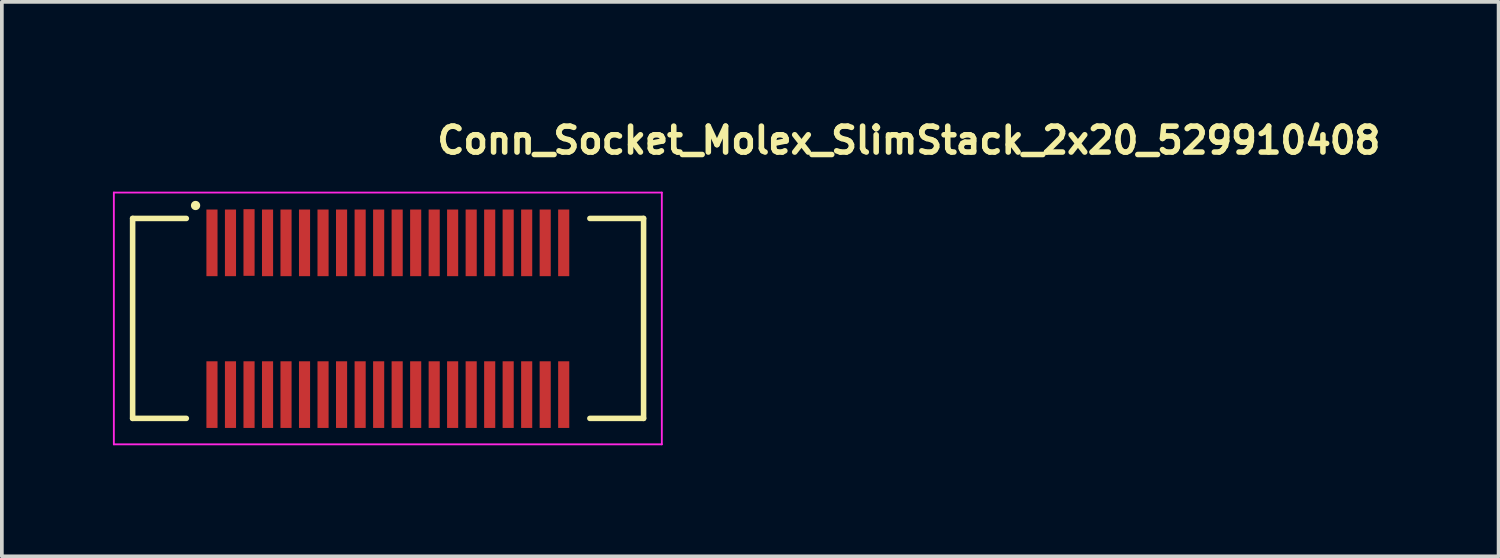
<source format=kicad_pcb>
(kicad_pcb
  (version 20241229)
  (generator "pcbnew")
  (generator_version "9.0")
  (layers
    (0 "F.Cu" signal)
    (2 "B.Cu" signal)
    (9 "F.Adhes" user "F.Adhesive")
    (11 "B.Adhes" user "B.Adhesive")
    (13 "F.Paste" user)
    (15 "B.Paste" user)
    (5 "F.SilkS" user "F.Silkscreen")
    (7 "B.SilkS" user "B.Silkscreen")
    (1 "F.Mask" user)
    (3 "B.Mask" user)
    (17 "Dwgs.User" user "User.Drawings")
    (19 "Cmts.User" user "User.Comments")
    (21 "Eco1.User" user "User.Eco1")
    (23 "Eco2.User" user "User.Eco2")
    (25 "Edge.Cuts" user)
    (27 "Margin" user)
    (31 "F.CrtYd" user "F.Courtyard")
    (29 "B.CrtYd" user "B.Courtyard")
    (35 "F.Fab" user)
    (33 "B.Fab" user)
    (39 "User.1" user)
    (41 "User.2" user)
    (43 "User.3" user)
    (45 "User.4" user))
  (footprint "Conn_Socket_Molex_SlimStack_2x20_529910408"
    (layer "F.Cu")
    (at 7.432 5.55)
    (property "Reference" "Conn_Socket_Molex_SlimStack_2x20_529910408" (at 1.25 -4.4 0) (layer "F.SilkS") (effects (font (size 0.7 0.7) (thickness 0.15)) (justify left bottom)))
    (attr smd)
    (fp_line (start -6.9 -2.7) (end -6.9 2.7) (stroke (width 0.15) (type solid)) (layer "F.SilkS"))
    (fp_line (start -5.45 -2.7) (end -6.9 -2.7) (stroke (width 0.15) (type solid)) (layer "F.SilkS"))
    (fp_line (start -5.45 2.7) (end -6.9 2.7) (stroke (width 0.15) (type solid)) (layer "F.SilkS"))
    (fp_line (start 5.45 -2.7) (end 6.9 -2.7) (stroke (width 0.15) (type solid)) (layer "F.SilkS"))
    (fp_line (start 5.45 2.7) (end 6.9 2.7) (stroke (width 0.15) (type solid)) (layer "F.SilkS"))
    (fp_line (start 6.9 2.7) (end 6.9 -2.7) (stroke (width 0.15) (type solid)) (layer "F.SilkS"))
    (fp_circle (center -5.2 -3.05) (end -5.2 -3.1) (stroke (width 0.15) (type solid)) (fill yes) (layer "F.SilkS"))
    (fp_line (start -7.407 -3.399) (end -7.407 3.401) (stroke (width 0.05) (type solid)) (layer "F.CrtYd"))
    (fp_line (start -7.407 3.401) (end 7.393 3.401) (stroke (width 0.05) (type solid)) (layer "F.CrtYd"))
    (fp_line (start 7.393 -3.399) (end -7.407 -3.399) (stroke (width 0.05) (type solid)) (layer "F.CrtYd"))
    (fp_line (start 7.393 3.401) (end 7.393 -3.399) (stroke (width 0.05) (type solid)) (layer "F.CrtYd"))
    (fp_rect (start -6.908 2.703) (end 6.908 -2.699) (stroke (width 0.1) (type solid)) (fill no) (layer "User.5"))
    (fp_line (start -6.908 -2.518) (end -6.908 -2.507) (stroke (width 0.02) (type solid)) (layer "User.9"))
    (fp_line (start -6.908 -2.507) (end -6.908 -2.498) (stroke (width 0.02) (type solid)) (layer "User.9"))
    (fp_line (start -6.908 -1.718) (end -6.908 -1.708) (stroke (width 0.02) (type solid)) (layer "User.9"))
    (fp_line (start -6.908 -1.708) (end -6.908 -1.698) (stroke (width 0.02) (type solid)) (layer "User.9"))
    (fp_line (start -6.908 -1.698) (end -6.908 -2.498) (stroke (width 0.02) (type solid)) (layer "User.9"))
    (fp_line (start -6.908 -1.198) (end -6.908 -1.698) (stroke (width 0.02) (type solid)) (layer "User.9"))
    (fp_line (start -6.908 -1.198) (end -6.908 -0.698) (stroke (width 0.02) (type solid)) (layer "User.9"))
    (fp_line (start -6.908 -1.198) (end -6.358 -1.198) (stroke (width 0.02) (type solid)) (layer "User.9"))
    (fp_line (start -6.908 -0.698) (end -6.658 -0.698) (stroke (width 0.02) (type solid)) (layer "User.9"))
    (fp_line (start -6.908 0.702) (end -6.908 1.201) (stroke (width 0.02) (type solid)) (layer "User.9"))
    (fp_line (start -6.908 0.702) (end -6.658 0.702) (stroke (width 0.02) (type solid)) (layer "User.9"))
    (fp_line (start -6.908 1.201) (end -6.358 1.201) (stroke (width 0.02) (type solid)) (layer "User.9"))
    (fp_line (start -6.908 1.701) (end -6.908 1.201) (stroke (width 0.02) (type solid)) (layer "User.9"))
    (fp_line (start -6.908 1.701) (end -6.908 1.711) (stroke (width 0.02) (type solid)) (layer "User.9"))
    (fp_line (start -6.908 1.711) (end -6.908 1.721) (stroke (width 0.02) (type solid)) (layer "User.9"))
    (fp_line (start -6.908 1.721) (end -6.905 1.731) (stroke (width 0.02) (type solid)) (layer "User.9"))
    (fp_line (start -6.908 2.501) (end -6.908 1.701) (stroke (width 0.02) (type solid)) (layer "User.9"))
    (fp_line (start -6.908 2.501) (end -6.908 2.512) (stroke (width 0.02) (type solid)) (layer "User.9"))
    (fp_line (start -6.908 2.512) (end -6.908 2.521) (stroke (width 0.02) (type solid)) (layer "User.9"))
    (fp_line (start -6.908 2.521) (end -6.905 2.532) (stroke (width 0.02) (type solid)) (layer "User.9"))
    (fp_line (start -6.905 -2.538) (end -6.905 -2.527) (stroke (width 0.02) (type solid)) (layer "User.9"))
    (fp_line (start -6.905 -2.527) (end -6.908 -2.518) (stroke (width 0.02) (type solid)) (layer "User.9"))
    (fp_line (start -6.905 -1.738) (end -6.905 -1.728) (stroke (width 0.02) (type solid)) (layer "User.9"))
    (fp_line (start -6.905 -1.728) (end -6.908 -1.718) (stroke (width 0.02) (type solid)) (layer "User.9"))
    (fp_line (start -6.905 1.731) (end -6.905 1.741) (stroke (width 0.02) (type solid)) (layer "User.9"))
    (fp_line (start -6.905 1.741) (end -6.901 1.751) (stroke (width 0.02) (type solid)) (layer "User.9"))
    (fp_line (start -6.905 2.532) (end -6.905 2.541) (stroke (width 0.02) (type solid)) (layer "User.9"))
    (fp_line (start -6.905 2.541) (end -6.901 2.55) (stroke (width 0.02) (type solid)) (layer "User.9"))
    (fp_line (start -6.901 -2.546) (end -6.905 -2.538) (stroke (width 0.02) (type solid)) (layer "User.9"))
    (fp_line (start -6.901 -1.746) (end -6.905 -1.738) (stroke (width 0.02) (type solid)) (layer "User.9"))
    (fp_line (start -6.901 1.751) (end -6.899 1.761) (stroke (width 0.02) (type solid)) (layer "User.9"))
    (fp_line (start -6.901 2.55) (end -6.899 2.561) (stroke (width 0.02) (type solid)) (layer "User.9"))
    (fp_line (start -6.899 -2.557) (end -6.901 -2.546) (stroke (width 0.02) (type solid)) (layer "User.9"))
    (fp_line (start -6.899 -1.756) (end -6.901 -1.746) (stroke (width 0.02) (type solid)) (layer "User.9"))
    (fp_line (start -6.899 1.761) (end -6.896 1.769) (stroke (width 0.02) (type solid)) (layer "User.9"))
    (fp_line (start -6.899 2.561) (end -6.896 2.57) (stroke (width 0.02) (type solid)) (layer "User.9"))
    (fp_line (start -6.896 -2.566) (end -6.899 -2.557) (stroke (width 0.02) (type solid)) (layer "User.9"))
    (fp_line (start -6.896 -1.766) (end -6.899 -1.756) (stroke (width 0.02) (type solid)) (layer "User.9"))
    (fp_line (start -6.896 1.769) (end -6.892 1.779) (stroke (width 0.02) (type solid)) (layer "User.9"))
    (fp_line (start -6.896 2.57) (end -6.892 2.578) (stroke (width 0.02) (type solid)) (layer "User.9"))
    (fp_line (start -6.892 -2.575) (end -6.896 -2.566) (stroke (width 0.02) (type solid)) (layer "User.9"))
    (fp_line (start -6.892 -1.774) (end -6.896 -1.766) (stroke (width 0.02) (type solid)) (layer "User.9"))
    (fp_line (start -6.892 1.779) (end -6.889 1.787) (stroke (width 0.02) (type solid)) (layer "User.9"))
    (fp_line (start -6.892 2.578) (end -6.889 2.587) (stroke (width 0.02) (type solid)) (layer "User.9"))
    (fp_line (start -6.889 -2.583) (end -6.892 -2.575) (stroke (width 0.02) (type solid)) (layer "User.9"))
    (fp_line (start -6.889 -1.784) (end -6.892 -1.774) (stroke (width 0.02) (type solid)) (layer "User.9"))
    (fp_line (start -6.889 1.787) (end -6.885 1.796) (stroke (width 0.02) (type solid)) (layer "User.9"))
    (fp_line (start -6.889 2.587) (end -6.885 2.597) (stroke (width 0.02) (type solid)) (layer "User.9"))
    (fp_line (start -6.885 -2.592) (end -6.889 -2.583) (stroke (width 0.02) (type solid)) (layer "User.9"))
    (fp_line (start -6.885 -1.793) (end -6.889 -1.784) (stroke (width 0.02) (type solid)) (layer "User.9"))
    (fp_line (start -6.885 1.796) (end -6.879 1.804) (stroke (width 0.02) (type solid)) (layer "User.9"))
    (fp_line (start -6.885 2.597) (end -6.879 2.605) (stroke (width 0.02) (type solid)) (layer "User.9"))
    (fp_line (start -6.879 -2.6) (end -6.885 -2.592) (stroke (width 0.02) (type solid)) (layer "User.9"))
    (fp_line (start -6.879 -1.801) (end -6.885 -1.793) (stroke (width 0.02) (type solid)) (layer "User.9"))
    (fp_line (start -6.879 1.804) (end -6.875 1.812) (stroke (width 0.02) (type solid)) (layer "User.9"))
    (fp_line (start -6.879 2.605) (end -6.875 2.613) (stroke (width 0.02) (type solid)) (layer "User.9"))
    (fp_line (start -6.875 -2.608) (end -6.879 -2.6) (stroke (width 0.02) (type solid)) (layer "User.9"))
    (fp_line (start -6.875 -1.809) (end -6.879 -1.801) (stroke (width 0.02) (type solid)) (layer "User.9"))
    (fp_line (start -6.875 1.812) (end -6.869 1.82) (stroke (width 0.02) (type solid)) (layer "User.9"))
    (fp_line (start -6.875 2.613) (end -6.869 2.621) (stroke (width 0.02) (type solid)) (layer "User.9"))
    (fp_line (start -6.869 -2.616) (end -6.875 -2.608) (stroke (width 0.02) (type solid)) (layer "User.9"))
    (fp_line (start -6.869 -1.817) (end -6.875 -1.809) (stroke (width 0.02) (type solid)) (layer "User.9"))
    (fp_line (start -6.869 1.82) (end -6.863 1.828) (stroke (width 0.02) (type solid)) (layer "User.9"))
    (fp_line (start -6.869 2.621) (end -6.863 2.629) (stroke (width 0.02) (type solid)) (layer "User.9"))
    (fp_line (start -6.863 -2.624) (end -6.869 -2.616) (stroke (width 0.02) (type solid)) (layer "User.9"))
    (fp_line (start -6.863 -1.825) (end -6.869 -1.817) (stroke (width 0.02) (type solid)) (layer "User.9"))
    (fp_line (start -6.863 1.828) (end -6.857 1.836) (stroke (width 0.02) (type solid)) (layer "User.9"))
    (fp_line (start -6.863 2.629) (end -6.857 2.637) (stroke (width 0.02) (type solid)) (layer "User.9"))
    (fp_line (start -6.857 -2.632) (end -6.863 -2.624) (stroke (width 0.02) (type solid)) (layer "User.9"))
    (fp_line (start -6.857 -1.833) (end -6.863 -1.825) (stroke (width 0.02) (type solid)) (layer "User.9"))
    (fp_line (start -6.857 1.836) (end -6.85 1.844) (stroke (width 0.02) (type solid)) (layer "User.9"))
    (fp_line (start -6.857 2.637) (end -6.85 2.643) (stroke (width 0.02) (type solid)) (layer "User.9"))
    (fp_line (start -6.85 -2.639) (end -6.857 -2.632) (stroke (width 0.02) (type solid)) (layer "User.9"))
    (fp_line (start -6.85 -2.639) (end -6.85 -2.639) (stroke (width 0.02) (type solid)) (layer "User.9"))
    (fp_line (start -6.85 -1.839) (end -6.857 -1.833) (stroke (width 0.02) (type solid)) (layer "User.9"))
    (fp_line (start -6.85 -1.839) (end -6.85 -1.839) (stroke (width 0.02) (type solid)) (layer "User.9"))
    (fp_line (start -6.85 1.844) (end -6.85 1.844) (stroke (width 0.02) (type solid)) (layer "User.9"))
    (fp_line (start -6.85 1.844) (end -6.843 1.85) (stroke (width 0.02) (type solid)) (layer "User.9"))
    (fp_line (start -6.85 2.643) (end -6.85 2.643) (stroke (width 0.02) (type solid)) (layer "User.9"))
    (fp_line (start -6.85 2.643) (end -6.843 2.65) (stroke (width 0.02) (type solid)) (layer "User.9"))
    (fp_line (start -6.843 -2.647) (end -6.85 -2.639) (stroke (width 0.02) (type solid)) (layer "User.9"))
    (fp_line (start -6.843 -1.847) (end -6.85 -1.839) (stroke (width 0.02) (type solid)) (layer "User.9"))
    (fp_line (start -6.843 1.85) (end -6.834 1.856) (stroke (width 0.02) (type solid)) (layer "User.9"))
    (fp_line (start -6.843 2.65) (end -6.834 2.657) (stroke (width 0.02) (type solid)) (layer "User.9"))
    (fp_line (start -6.834 -2.652) (end -6.843 -2.647) (stroke (width 0.02) (type solid)) (layer "User.9"))
    (fp_line (start -6.834 -1.853) (end -6.843 -1.847) (stroke (width 0.02) (type solid)) (layer "User.9"))
    (fp_line (start -6.834 1.856) (end -6.827 1.862) (stroke (width 0.02) (type solid)) (layer "User.9"))
    (fp_line (start -6.834 2.657) (end -6.827 2.662) (stroke (width 0.02) (type solid)) (layer "User.9"))
    (fp_line (start -6.827 -2.659) (end -6.834 -2.652) (stroke (width 0.02) (type solid)) (layer "User.9"))
    (fp_line (start -6.827 -1.859) (end -6.834 -1.853) (stroke (width 0.02) (type solid)) (layer "User.9"))
    (fp_line (start -6.827 1.862) (end -6.818 1.868) (stroke (width 0.02) (type solid)) (layer "User.9"))
    (fp_line (start -6.827 2.662) (end -6.818 2.669) (stroke (width 0.02) (type solid)) (layer "User.9"))
    (fp_line (start -6.818 -2.664) (end -6.827 -2.659) (stroke (width 0.02) (type solid)) (layer "User.9"))
    (fp_line (start -6.818 -1.865) (end -6.827 -1.859) (stroke (width 0.02) (type solid)) (layer "User.9"))
    (fp_line (start -6.818 1.868) (end -6.811 1.874) (stroke (width 0.02) (type solid)) (layer "User.9"))
    (fp_line (start -6.818 2.669) (end -6.811 2.674) (stroke (width 0.02) (type solid)) (layer "User.9"))
    (fp_line (start -6.811 -2.67) (end -6.818 -2.664) (stroke (width 0.02) (type solid)) (layer "User.9"))
    (fp_line (start -6.811 -1.869) (end -6.818 -1.865) (stroke (width 0.02) (type solid)) (layer "User.9"))
    (fp_line (start -6.811 1.874) (end -6.802 1.878) (stroke (width 0.02) (type solid)) (layer "User.9"))
    (fp_line (start -6.811 2.674) (end -6.802 2.678) (stroke (width 0.02) (type solid)) (layer "User.9"))
    (fp_line (start -6.802 -2.675) (end -6.811 -2.67) (stroke (width 0.02) (type solid)) (layer "User.9"))
    (fp_line (start -6.802 -1.875) (end -6.811 -1.869) (stroke (width 0.02) (type solid)) (layer "User.9"))
    (fp_line (start -6.802 1.878) (end -6.793 1.882) (stroke (width 0.02) (type solid)) (layer "User.9"))
    (fp_line (start -6.802 2.678) (end -6.793 2.682) (stroke (width 0.02) (type solid)) (layer "User.9"))
    (fp_line (start -6.793 -2.679) (end -6.802 -2.675) (stroke (width 0.02) (type solid)) (layer "User.9"))
    (fp_line (start -6.793 -1.879) (end -6.802 -1.875) (stroke (width 0.02) (type solid)) (layer "User.9"))
    (fp_line (start -6.793 1.882) (end -6.785 1.886) (stroke (width 0.02) (type solid)) (layer "User.9"))
    (fp_line (start -6.793 2.682) (end -6.785 2.686) (stroke (width 0.02) (type solid)) (layer "User.9"))
    (fp_line (start -6.785 -2.683) (end -6.793 -2.679) (stroke (width 0.02) (type solid)) (layer "User.9"))
    (fp_line (start -6.785 -1.883) (end -6.793 -1.879) (stroke (width 0.02) (type solid)) (layer "User.9"))
    (fp_line (start -6.785 1.886) (end -6.776 1.89) (stroke (width 0.02) (type solid)) (layer "User.9"))
    (fp_line (start -6.785 2.686) (end -6.776 2.691) (stroke (width 0.02) (type solid)) (layer "User.9"))
    (fp_line (start -6.776 -2.687) (end -6.785 -2.683) (stroke (width 0.02) (type solid)) (layer "User.9"))
    (fp_line (start -6.776 -1.887) (end -6.785 -1.883) (stroke (width 0.02) (type solid)) (layer "User.9"))
    (fp_line (start -6.776 1.89) (end -6.767 1.894) (stroke (width 0.02) (type solid)) (layer "User.9"))
    (fp_line (start -6.776 2.691) (end -6.767 2.694) (stroke (width 0.02) (type solid)) (layer "User.9"))
    (fp_line (start -6.767 -2.689) (end -6.776 -2.687) (stroke (width 0.02) (type solid)) (layer "User.9"))
    (fp_line (start -6.767 -1.889) (end -6.776 -1.887) (stroke (width 0.02) (type solid)) (layer "User.9"))
    (fp_line (start -6.767 1.894) (end -6.757 1.896) (stroke (width 0.02) (type solid)) (layer "User.9"))
    (fp_line (start -6.767 2.694) (end -6.757 2.695) (stroke (width 0.02) (type solid)) (layer "User.9"))
    (fp_line (start -6.757 -2.692) (end -6.767 -2.689) (stroke (width 0.02) (type solid)) (layer "User.9"))
    (fp_line (start -6.757 -1.891) (end -6.767 -1.889) (stroke (width 0.02) (type solid)) (layer "User.9"))
    (fp_line (start -6.757 1.896) (end -6.748 1.898) (stroke (width 0.02) (type solid)) (layer "User.9"))
    (fp_line (start -6.757 2.695) (end -6.748 2.699) (stroke (width 0.02) (type solid)) (layer "User.9"))
    (fp_line (start -6.748 -2.695) (end -6.757 -2.692) (stroke (width 0.02) (type solid)) (layer "User.9"))
    (fp_line (start -6.748 -1.895) (end -6.757 -1.891) (stroke (width 0.02) (type solid)) (layer "User.9"))
    (fp_line (start -6.748 1.898) (end -6.738 1.9) (stroke (width 0.02) (type solid)) (layer "User.9"))
    (fp_line (start -6.748 2.699) (end -6.738 2.699) (stroke (width 0.02) (type solid)) (layer "User.9"))
    (fp_line (start -6.738 -2.696) (end -6.748 -2.695) (stroke (width 0.02) (type solid)) (layer "User.9"))
    (fp_line (start -6.738 -1.895) (end -6.748 -1.895) (stroke (width 0.02) (type solid)) (layer "User.9"))
    (fp_line (start -6.738 1.9) (end -6.727 1.902) (stroke (width 0.02) (type solid)) (layer "User.9"))
    (fp_line (start -6.738 2.699) (end -6.727 2.702) (stroke (width 0.02) (type solid)) (layer "User.9"))
    (fp_line (start -6.727 -2.697) (end -6.738 -2.696) (stroke (width 0.02) (type solid)) (layer "User.9"))
    (fp_line (start -6.727 -1.897) (end -6.738 -1.895) (stroke (width 0.02) (type solid)) (layer "User.9"))
    (fp_line (start -6.727 1.902) (end -6.717 1.902) (stroke (width 0.02) (type solid)) (layer "User.9"))
    (fp_line (start -6.727 2.702) (end -6.717 2.702) (stroke (width 0.02) (type solid)) (layer "User.9"))
    (fp_line (start -6.717 -2.697) (end -6.727 -2.697) (stroke (width 0.02) (type solid)) (layer "User.9"))
    (fp_line (start -6.717 -1.897) (end -6.727 -1.897) (stroke (width 0.02) (type solid)) (layer "User.9"))
    (fp_line (start -6.717 1.902) (end -6.709 1.902) (stroke (width 0.02) (type solid)) (layer "User.9"))
    (fp_line (start -6.717 2.702) (end -6.709 2.703) (stroke (width 0.02) (type solid)) (layer "User.9"))
    (fp_line (start -6.709 -2.699) (end -6.717 -2.697) (stroke (width 0.02) (type solid)) (layer "User.9"))
    (fp_line (start -6.709 -2.699) (end -5.757 -2.699) (stroke (width 0.02) (type solid)) (layer "User.9"))
    (fp_line (start -6.709 -2.147) (end -6.709 -1.897) (stroke (width 0.02) (type solid)) (layer "User.9"))
    (fp_line (start -6.709 -2.147) (end -5.108 -2.147) (stroke (width 0.02) (type solid)) (layer "User.9"))
    (fp_line (start -6.709 -1.897) (end -6.717 -1.897) (stroke (width 0.02) (type solid)) (layer "User.9"))
    (fp_line (start -6.709 2.151) (end -6.709 1.902) (stroke (width 0.02) (type solid)) (layer "User.9"))
    (fp_line (start -6.709 2.151) (end -5.108 2.151) (stroke (width 0.02) (type solid)) (layer "User.9"))
    (fp_line (start -6.709 2.703) (end -5.757 2.703) (stroke (width 0.02) (type solid)) (layer "User.9"))
    (fp_line (start -6.658 -1.099) (end -6.358 -1.099) (stroke (width 0.02) (type solid)) (layer "User.9"))
    (fp_line (start -6.658 -0.698) (end -6.658 -1.099) (stroke (width 0.02) (type solid)) (layer "User.9"))
    (fp_line (start -6.658 0.702) (end -6.557 0.702) (stroke (width 0.02) (type solid)) (layer "User.9"))
    (fp_line (start -6.658 1.102) (end -6.658 0.702) (stroke (width 0.02) (type solid)) (layer "User.9"))
    (fp_line (start -6.557 -0.997) (end -6.658 -1.099) (stroke (width 0.02) (type solid)) (layer "User.9"))
    (fp_line (start -6.557 -0.997) (end -6.358 -0.997) (stroke (width 0.02) (type solid)) (layer "User.9"))
    (fp_line (start -6.557 -0.698) (end -6.658 -0.698) (stroke (width 0.02) (type solid)) (layer "User.9"))
    (fp_line (start -6.557 -0.698) (end -6.557 -0.997) (stroke (width 0.02) (type solid)) (layer "User.9"))
    (fp_line (start -6.557 1.001) (end -6.658 1.102) (stroke (width 0.02) (type solid)) (layer "User.9"))
    (fp_line (start -6.557 1.001) (end -6.557 0.702) (stroke (width 0.02) (type solid)) (layer "User.9"))
    (fp_line (start -6.358 -0.698) (end -6.557 -0.698) (stroke (width 0.02) (type solid)) (layer "User.9"))
    (fp_line (start -6.358 0.702) (end -6.557 0.702) (stroke (width 0.02) (type solid)) (layer "User.9"))
    (fp_line (start -6.358 1.001) (end -6.557 1.001) (stroke (width 0.02) (type solid)) (layer "User.9"))
    (fp_line (start -6.358 1.102) (end -6.658 1.102) (stroke (width 0.02) (type solid)) (layer "User.9"))
    (fp_line (start -6.358 1.201) (end -6.358 -1.198) (stroke (width 0.02) (type solid)) (layer "User.9"))
    (fp_line (start -5.757 -2.699) (end -5.757 -2.147) (stroke (width 0.02) (type solid)) (layer "User.9"))
    (fp_line (start -5.757 2.703) (end -5.757 2.151) (stroke (width 0.02) (type solid)) (layer "User.9"))
    (fp_line (start -5.632 -1.393) (end -5.631 -1.403) (stroke (width 0.02) (type solid)) (layer "User.9"))
    (fp_line (start -5.632 -1.383) (end -5.632 -1.393) (stroke (width 0.02) (type solid)) (layer "User.9"))
    (fp_line (start -5.632 -1.373) (end -5.632 -1.383) (stroke (width 0.02) (type solid)) (layer "User.9"))
    (fp_line (start -5.632 1.376) (end -5.632 -1.373) (stroke (width 0.02) (type solid)) (layer "User.9"))
    (fp_line (start -5.632 1.388) (end -5.632 1.376) (stroke (width 0.02) (type solid)) (layer "User.9"))
    (fp_line (start -5.632 1.398) (end -5.632 1.388) (stroke (width 0.02) (type solid)) (layer "User.9"))
    (fp_line (start -5.631 -1.403) (end -5.629 -1.414) (stroke (width 0.02) (type solid)) (layer "User.9"))
    (fp_line (start -5.631 1.408) (end -5.632 1.398) (stroke (width 0.02) (type solid)) (layer "User.9"))
    (fp_line (start -5.629 -1.414) (end -5.626 -1.422) (stroke (width 0.02) (type solid)) (layer "User.9"))
    (fp_line (start -5.629 1.417) (end -5.631 1.408) (stroke (width 0.02) (type solid)) (layer "User.9"))
    (fp_line (start -5.626 -1.422) (end -5.624 -1.432) (stroke (width 0.02) (type solid)) (layer "User.9"))
    (fp_line (start -5.626 1.427) (end -5.629 1.417) (stroke (width 0.02) (type solid)) (layer "User.9"))
    (fp_line (start -5.624 -1.434) (end 5.609 -1.432) (stroke (width 0.02) (type solid)) (layer "User.9"))
    (fp_line (start -5.624 -1.432) (end -5.621 -1.442) (stroke (width 0.02) (type solid)) (layer "User.9"))
    (fp_line (start -5.624 1.437) (end -5.626 1.427) (stroke (width 0.02) (type solid)) (layer "User.9"))
    (fp_line (start -5.621 -1.442) (end -5.618 -1.45) (stroke (width 0.02) (type solid)) (layer "User.9"))
    (fp_line (start -5.621 1.445) (end -5.624 1.437) (stroke (width 0.02) (type solid)) (layer "User.9"))
    (fp_line (start -5.618 -1.45) (end -5.613 -1.46) (stroke (width 0.02) (type solid)) (layer "User.9"))
    (fp_line (start -5.618 1.455) (end -5.621 1.445) (stroke (width 0.02) (type solid)) (layer "User.9"))
    (fp_line (start -5.613 -1.462) (end -5.603 -1.478) (stroke (width 0.02) (type solid)) (layer "User.9"))
    (fp_line (start -5.613 -1.46) (end -5.608 -1.468) (stroke (width 0.02) (type solid)) (layer "User.9"))
    (fp_line (start -5.613 1.463) (end -5.618 1.455) (stroke (width 0.02) (type solid)) (layer "User.9"))
    (fp_line (start -5.608 -1.468) (end -5.605 -1.476) (stroke (width 0.02) (type solid)) (layer "User.9"))
    (fp_line (start -5.608 1.473) (end -5.613 1.463) (stroke (width 0.02) (type solid)) (layer "User.9"))
    (fp_line (start -5.605 -1.476) (end -5.599 -1.484) (stroke (width 0.02) (type solid)) (layer "User.9"))
    (fp_line (start -5.605 1.481) (end -5.608 1.473) (stroke (width 0.02) (type solid)) (layer "User.9"))
    (fp_line (start -5.603 1.481) (end -5.613 1.465) (stroke (width 0.02) (type solid)) (layer "User.9"))
    (fp_line (start -5.599 -1.484) (end -5.594 -1.492) (stroke (width 0.02) (type solid)) (layer "User.9"))
    (fp_line (start -5.599 1.489) (end -5.605 1.481) (stroke (width 0.02) (type solid)) (layer "User.9"))
    (fp_line (start -5.594 -1.492) (end -5.587 -1.5) (stroke (width 0.02) (type solid)) (layer "User.9"))
    (fp_line (start -5.594 1.497) (end -5.599 1.489) (stroke (width 0.02) (type solid)) (layer "User.9"))
    (fp_line (start -5.587 -1.5) (end -5.581 -1.508) (stroke (width 0.02) (type solid)) (layer "User.9"))
    (fp_line (start -5.587 1.505) (end -5.594 1.497) (stroke (width 0.02) (type solid)) (layer "User.9"))
    (fp_line (start -5.581 -1.508) (end -5.575 -1.514) (stroke (width 0.02) (type solid)) (layer "User.9"))
    (fp_line (start -5.581 1.511) (end -5.587 1.505) (stroke (width 0.02) (type solid)) (layer "User.9"))
    (fp_line (start -5.575 -1.514) (end -5.568 -1.522) (stroke (width 0.02) (type solid)) (layer "User.9"))
    (fp_line (start -5.575 1.519) (end -5.581 1.511) (stroke (width 0.02) (type solid)) (layer "User.9"))
    (fp_line (start -5.57 -1.518) (end -5.549 -1.537) (stroke (width 0.02) (type solid)) (layer "User.9"))
    (fp_line (start -5.568 -1.522) (end -5.56 -1.528) (stroke (width 0.02) (type solid)) (layer "User.9"))
    (fp_line (start -5.568 1.525) (end -5.575 1.519) (stroke (width 0.02) (type solid)) (layer "User.9"))
    (fp_line (start -5.56 -1.528) (end -5.552 -1.534) (stroke (width 0.02) (type solid)) (layer "User.9"))
    (fp_line (start -5.56 1.531) (end -5.568 1.525) (stroke (width 0.02) (type solid)) (layer "User.9"))
    (fp_line (start -5.552 -1.534) (end -5.544 -1.539) (stroke (width 0.02) (type solid)) (layer "User.9"))
    (fp_line (start -5.552 1.537) (end -5.56 1.531) (stroke (width 0.02) (type solid)) (layer "User.9"))
    (fp_line (start -5.549 1.54) (end -5.57 1.523) (stroke (width 0.02) (type solid)) (layer "User.9"))
    (fp_line (start -5.544 -1.539) (end -5.536 -1.545) (stroke (width 0.02) (type solid)) (layer "User.9"))
    (fp_line (start -5.544 1.542) (end -5.552 1.537) (stroke (width 0.02) (type solid)) (layer "User.9"))
    (fp_line (start -5.536 -1.545) (end -5.528 -1.549) (stroke (width 0.02) (type solid)) (layer "User.9"))
    (fp_line (start -5.536 1.548) (end -5.544 1.542) (stroke (width 0.02) (type solid)) (layer "User.9"))
    (fp_line (start -5.528 -1.549) (end -5.52 -1.553) (stroke (width 0.02) (type solid)) (layer "User.9"))
    (fp_line (start -5.528 1.552) (end -5.536 1.548) (stroke (width 0.02) (type solid)) (layer "User.9"))
    (fp_line (start -5.52 -1.553) (end -5.517 -1.555) (stroke (width 0.02) (type solid)) (layer "User.9"))
    (fp_line (start -5.52 -1.553) (end -5.51 -1.557) (stroke (width 0.02) (type solid)) (layer "User.9"))
    (fp_line (start -5.52 1.558) (end -5.528 1.552) (stroke (width 0.02) (type solid)) (layer "User.9"))
    (fp_line (start -5.517 -1.555) (end -5.512 -1.557) (stroke (width 0.02) (type solid)) (layer "User.9"))
    (fp_line (start -5.517 1.558) (end -5.52 1.556) (stroke (width 0.02) (type solid)) (layer "User.9"))
    (fp_line (start -5.512 -1.557) (end -5.509 -1.559) (stroke (width 0.02) (type solid)) (layer "User.9"))
    (fp_line (start -5.512 1.56) (end -5.517 1.558) (stroke (width 0.02) (type solid)) (layer "User.9"))
    (fp_line (start -5.51 -1.557) (end -5.501 -1.561) (stroke (width 0.02) (type solid)) (layer "User.9"))
    (fp_line (start -5.51 1.562) (end -5.52 1.558) (stroke (width 0.02) (type solid)) (layer "User.9"))
    (fp_line (start -5.509 -1.559) (end -5.504 -1.559) (stroke (width 0.02) (type solid)) (layer "User.9"))
    (fp_line (start -5.509 1.562) (end -5.512 1.56) (stroke (width 0.02) (type solid)) (layer "User.9"))
    (fp_line (start -5.504 -1.559) (end -5.499 -1.561) (stroke (width 0.02) (type solid)) (layer "User.9"))
    (fp_line (start -5.504 1.564) (end -5.509 1.562) (stroke (width 0.02) (type solid)) (layer "User.9"))
    (fp_line (start -5.501 -1.561) (end -5.493 -1.565) (stroke (width 0.02) (type solid)) (layer "User.9"))
    (fp_line (start -5.501 1.564) (end -5.51 1.562) (stroke (width 0.02) (type solid)) (layer "User.9"))
    (fp_line (start -5.499 -1.561) (end -5.496 -1.563) (stroke (width 0.02) (type solid)) (layer "User.9"))
    (fp_line (start -5.499 1.566) (end -5.504 1.564) (stroke (width 0.02) (type solid)) (layer "User.9"))
    (fp_line (start -5.496 -1.563) (end -5.491 -1.565) (stroke (width 0.02) (type solid)) (layer "User.9"))
    (fp_line (start -5.496 1.566) (end -5.499 1.566) (stroke (width 0.02) (type solid)) (layer "User.9"))
    (fp_line (start -5.493 -1.565) (end -5.483 -1.567) (stroke (width 0.02) (type solid)) (layer "User.9"))
    (fp_line (start -5.493 1.568) (end -5.501 1.564) (stroke (width 0.02) (type solid)) (layer "User.9"))
    (fp_line (start -5.491 -1.565) (end -5.485 -1.565) (stroke (width 0.02) (type solid)) (layer "User.9"))
    (fp_line (start -5.491 1.568) (end -5.496 1.566) (stroke (width 0.02) (type solid)) (layer "User.9"))
    (fp_line (start -5.485 1.57) (end -5.491 1.568) (stroke (width 0.02) (type solid)) (layer "User.9"))
    (fp_line (start -5.483 -1.567) (end -5.474 -1.569) (stroke (width 0.02) (type solid)) (layer "User.9"))
    (fp_line (start -5.483 1.57) (end -5.493 1.568) (stroke (width 0.02) (type solid)) (layer "User.9"))
    (fp_line (start -5.474 -1.569) (end -5.464 -1.571) (stroke (width 0.02) (type solid)) (layer "User.9"))
    (fp_line (start -5.474 1.572) (end -5.483 1.57) (stroke (width 0.02) (type solid)) (layer "User.9"))
    (fp_line (start -5.464 -1.571) (end -5.453 -1.571) (stroke (width 0.02) (type solid)) (layer "User.9"))
    (fp_line (start -5.464 1.574) (end -5.474 1.572) (stroke (width 0.02) (type solid)) (layer "User.9"))
    (fp_line (start -5.453 -1.571) (end -5.443 -1.573) (stroke (width 0.02) (type solid)) (layer "User.9"))
    (fp_line (start -5.453 1.576) (end -5.464 1.574) (stroke (width 0.02) (type solid)) (layer "User.9"))
    (fp_line (start -5.443 -1.573) (end -5.432 -1.573) (stroke (width 0.02) (type solid)) (layer "User.9"))
    (fp_line (start -5.443 1.576) (end -5.453 1.576) (stroke (width 0.02) (type solid)) (layer "User.9"))
    (fp_line (start -5.432 -1.573) (end -5.108 -1.573) (stroke (width 0.02) (type solid)) (layer "User.9"))
    (fp_line (start -5.432 1.576) (end -5.443 1.576) (stroke (width 0.02) (type solid)) (layer "User.9"))
    (fp_line (start -5.108 -1.573) (end -5.108 -1.843) (stroke (width 0.02) (type solid)) (layer "User.9"))
    (fp_line (start -5.108 -0.809) (end -5.108 -0.804) (stroke (width 0.02) (type solid)) (layer "User.9"))
    (fp_line (start -5.108 -0.804) (end -5.108 -0.799) (stroke (width 0.02) (type solid)) (layer "User.9"))
    (fp_line (start -5.108 -0.799) (end -5.108 0.803) (stroke (width 0.02) (type solid)) (layer "User.9"))
    (fp_line (start -5.108 0.803) (end -5.108 0.808) (stroke (width 0.02) (type solid)) (layer "User.9"))
    (fp_line (start -5.108 0.808) (end -5.108 0.813) (stroke (width 0.02) (type solid)) (layer "User.9"))
    (fp_line (start -5.108 0.813) (end -5.107 0.818) (stroke (width 0.02) (type solid)) (layer "User.9"))
    (fp_line (start -5.108 1.576) (end -5.432 1.576) (stroke (width 0.02) (type solid)) (layer "User.9"))
    (fp_line (start -5.108 1.846) (end -5.108 1.576) (stroke (width 0.02) (type solid)) (layer "User.9"))
    (fp_line (start -5.107 -0.814) (end -5.108 -0.809) (stroke (width 0.02) (type solid)) (layer "User.9"))
    (fp_line (start -5.107 0.818) (end -5.105 0.823) (stroke (width 0.02) (type solid)) (layer "User.9"))
    (fp_line (start -5.105 -0.823) (end -5.105 -0.819) (stroke (width 0.02) (type solid)) (layer "User.9"))
    (fp_line (start -5.105 -0.819) (end -5.107 -0.814) (stroke (width 0.02) (type solid)) (layer "User.9"))
    (fp_line (start -5.105 0.823) (end -5.105 0.827) (stroke (width 0.02) (type solid)) (layer "User.9"))
    (fp_line (start -5.105 0.827) (end -5.103 0.832) (stroke (width 0.02) (type solid)) (layer "User.9"))
    (fp_line (start -5.103 -0.828) (end -5.105 -0.823) (stroke (width 0.02) (type solid)) (layer "User.9"))
    (fp_line (start -5.103 0.832) (end -5.102 0.836) (stroke (width 0.02) (type solid)) (layer "User.9"))
    (fp_line (start -5.102 -0.832) (end -5.103 -0.828) (stroke (width 0.02) (type solid)) (layer "User.9"))
    (fp_line (start -5.102 0.836) (end -5.1 0.84) (stroke (width 0.02) (type solid)) (layer "User.9"))
    (fp_line (start -5.1 -0.836) (end -5.102 -0.832) (stroke (width 0.02) (type solid)) (layer "User.9"))
    (fp_line (start -5.1 0.84) (end -5.099 0.845) (stroke (width 0.02) (type solid)) (layer "User.9"))
    (fp_line (start -5.099 -0.841) (end -5.1 -0.836) (stroke (width 0.02) (type solid)) (layer "User.9"))
    (fp_line (start -5.099 0.845) (end -5.095 0.849) (stroke (width 0.02) (type solid)) (layer "User.9"))
    (fp_line (start -5.095 -0.845) (end -5.099 -0.841) (stroke (width 0.02) (type solid)) (layer "User.9"))
    (fp_line (start -5.095 0.849) (end -5.094 0.853) (stroke (width 0.02) (type solid)) (layer "User.9"))
    (fp_line (start -5.094 -0.849) (end -5.095 -0.845) (stroke (width 0.02) (type solid)) (layer "User.9"))
    (fp_line (start -5.094 0.853) (end -5.091 0.857) (stroke (width 0.02) (type solid)) (layer "User.9"))
    (fp_line (start -5.091 -0.853) (end -5.094 -0.849) (stroke (width 0.02) (type solid)) (layer "User.9"))
    (fp_line (start -5.091 0.857) (end -5.089 0.861) (stroke (width 0.02) (type solid)) (layer "User.9"))
    (fp_line (start -5.089 -0.857) (end -5.091 -0.853) (stroke (width 0.02) (type solid)) (layer "User.9"))
    (fp_line (start -5.089 0.861) (end -5.086 0.865) (stroke (width 0.02) (type solid)) (layer "User.9"))
    (fp_line (start -5.086 -0.861) (end -5.089 -0.857) (stroke (width 0.02) (type solid)) (layer "User.9"))
    (fp_line (start -5.086 0.865) (end -5.083 0.869) (stroke (width 0.02) (type solid)) (layer "User.9"))
    (fp_line (start -5.083 -0.865) (end -5.086 -0.861) (stroke (width 0.02) (type solid)) (layer "User.9"))
    (fp_line (start -5.083 0.869) (end -5.078 0.872) (stroke (width 0.02) (type solid)) (layer "User.9"))
    (fp_line (start -5.078 -0.868) (end -5.083 -0.865) (stroke (width 0.02) (type solid)) (layer "User.9"))
    (fp_line (start -5.078 0.872) (end -5.076 0.876) (stroke (width 0.02) (type solid)) (layer "User.9"))
    (fp_line (start -5.076 -0.872) (end -5.078 -0.868) (stroke (width 0.02) (type solid)) (layer "User.9"))
    (fp_line (start -5.076 0.876) (end -5.071 0.879) (stroke (width 0.02) (type solid)) (layer "User.9"))
    (fp_line (start -5.071 -0.875) (end -5.076 -0.872) (stroke (width 0.02) (type solid)) (layer "User.9"))
    (fp_line (start -5.071 0.879) (end -5.068 0.882) (stroke (width 0.02) (type solid)) (layer "User.9"))
    (fp_line (start -5.068 -0.878) (end -5.071 -0.875) (stroke (width 0.02) (type solid)) (layer "User.9"))
    (fp_line (start -5.068 0.882) (end -5.063 0.884) (stroke (width 0.02) (type solid)) (layer "User.9"))
    (fp_line (start -5.063 -0.88) (end -5.068 -0.878) (stroke (width 0.02) (type solid)) (layer "User.9"))
    (fp_line (start -5.063 0.884) (end -5.06 0.887) (stroke (width 0.02) (type solid)) (layer "User.9"))
    (fp_line (start -5.06 -0.883) (end -5.063 -0.88) (stroke (width 0.02) (type solid)) (layer "User.9"))
    (fp_line (start -5.06 0.887) (end -5.055 0.889) (stroke (width 0.02) (type solid)) (layer "User.9"))
    (fp_line (start -5.055 -0.885) (end -5.06 -0.883) (stroke (width 0.02) (type solid)) (layer "User.9"))
    (fp_line (start -5.055 0.889) (end -5.052 0.892) (stroke (width 0.02) (type solid)) (layer "User.9"))
    (fp_line (start -5.052 -0.888) (end -5.055 -0.885) (stroke (width 0.02) (type solid)) (layer "User.9"))
    (fp_line (start -5.052 0.892) (end -5.046 0.894) (stroke (width 0.02) (type solid)) (layer "User.9"))
    (fp_line (start -5.046 -0.89) (end -5.052 -0.888) (stroke (width 0.02) (type solid)) (layer "User.9"))
    (fp_line (start -5.046 0.894) (end -5.043 0.895) (stroke (width 0.02) (type solid)) (layer "User.9"))
    (fp_line (start -5.043 -0.891) (end -5.046 -0.89) (stroke (width 0.02) (type solid)) (layer "User.9"))
    (fp_line (start -5.043 0.895) (end -5.038 0.897) (stroke (width 0.02) (type solid)) (layer "User.9"))
    (fp_line (start -5.038 -0.893) (end -5.043 -0.891) (stroke (width 0.02) (type solid)) (layer "User.9"))
    (fp_line (start -5.038 0.897) (end -5.033 0.899) (stroke (width 0.02) (type solid)) (layer "User.9"))
    (fp_line (start -5.033 -0.895) (end -5.038 -0.893) (stroke (width 0.02) (type solid)) (layer "User.9"))
    (fp_line (start -5.033 0.899) (end -5.028 0.9) (stroke (width 0.02) (type solid)) (layer "User.9"))
    (fp_line (start -5.028 -0.896) (end -5.033 -0.895) (stroke (width 0.02) (type solid)) (layer "User.9"))
    (fp_line (start -5.028 0.9) (end -5.023 0.901) (stroke (width 0.02) (type solid)) (layer "User.9"))
    (fp_line (start -5.023 -0.897) (end -5.028 -0.896) (stroke (width 0.02) (type solid)) (layer "User.9"))
    (fp_line (start -5.023 0.901) (end -5.018 0.902) (stroke (width 0.02) (type solid)) (layer "User.9"))
    (fp_line (start -5.018 -0.898) (end -5.023 -0.897) (stroke (width 0.02) (type solid)) (layer "User.9"))
    (fp_line (start -5.018 0.902) (end -5.014 0.902) (stroke (width 0.02) (type solid)) (layer "User.9"))
    (fp_line (start -5.014 -0.898) (end -5.018 -0.898) (stroke (width 0.02) (type solid)) (layer "User.9"))
    (fp_line (start -5.014 0.902) (end -5.007 0.903) (stroke (width 0.02) (type solid)) (layer "User.9"))
    (fp_line (start -5.007 -0.899) (end -5.014 -0.898) (stroke (width 0.02) (type solid)) (layer "User.9"))
    (fp_line (start -5.007 -0.799) (end -5.108 -0.799) (stroke (width 0.02) (type solid)) (layer "User.9"))
    (fp_line (start -5.007 -0.799) (end -5.007 -0.899) (stroke (width 0.02) (type solid)) (layer "User.9"))
    (fp_line (start -5.007 0.803) (end -5.108 0.803) (stroke (width 0.02) (type solid)) (layer "User.9"))
    (fp_line (start -5.007 0.803) (end -5.007 0.903) (stroke (width 0.02) (type solid)) (layer "User.9"))
    (fp_line (start -5.007 0.903) (end 4.992 0.903) (stroke (width 0.02) (type solid)) (layer "User.9"))
    (fp_line (start -4.858 -2.647) (end -4.858 -2.147) (stroke (width 0.02) (type solid)) (layer "User.9"))
    (fp_line (start -4.858 -1.083) (end -4.858 -1.035) (stroke (width 0.02) (type solid)) (layer "User.9"))
    (fp_line (start -4.858 -1.083) (end -4.658 -1.083) (stroke (width 0.02) (type solid)) (layer "User.9"))
    (fp_line (start -4.858 -1.035) (end -4.858 -0.899) (stroke (width 0.02) (type solid)) (layer "User.9"))
    (fp_line (start -4.858 0.903) (end -4.858 1.04) (stroke (width 0.02) (type solid)) (layer "User.9"))
    (fp_line (start -4.858 1.04) (end -4.858 1.086) (stroke (width 0.02) (type solid)) (layer "User.9"))
    (fp_line (start -4.858 1.086) (end -4.658 1.086) (stroke (width 0.02) (type solid)) (layer "User.9"))
    (fp_line (start -4.858 2.151) (end -4.858 2.651) (stroke (width 0.02) (type solid)) (layer "User.9"))
    (fp_line (start -4.658 -2.647) (end -4.858 -2.647) (stroke (width 0.02) (type solid)) (layer "User.9"))
    (fp_line (start -4.658 -2.647) (end -4.658 -2.147) (stroke (width 0.02) (type solid)) (layer "User.9"))
    (fp_line (start -4.658 -1.083) (end -4.658 -1.035) (stroke (width 0.02) (type solid)) (layer "User.9"))
    (fp_line (start -4.658 -1.035) (end -4.658 -0.899) (stroke (width 0.02) (type solid)) (layer "User.9"))
    (fp_line (start -4.658 0.903) (end -4.658 1.04) (stroke (width 0.02) (type solid)) (layer "User.9"))
    (fp_line (start -4.658 1.04) (end -4.658 1.086) (stroke (width 0.02) (type solid)) (layer "User.9"))
    (fp_line (start -4.658 2.151) (end -4.658 2.651) (stroke (width 0.02) (type solid)) (layer "User.9"))
    (fp_line (start -4.658 2.651) (end -4.858 2.651) (stroke (width 0.02) (type solid)) (layer "User.9"))
    (fp_line (start -4.358 -2.647) (end -4.358 -2.147) (stroke (width 0.02) (type solid)) (layer "User.9"))
    (fp_line (start -4.358 -1.083) (end -4.358 -1.035) (stroke (width 0.02) (type solid)) (layer "User.9"))
    (fp_line (start -4.358 -1.083) (end -4.158 -1.083) (stroke (width 0.02) (type solid)) (layer "User.9"))
    (fp_line (start -4.358 -1.035) (end -4.358 -0.899) (stroke (width 0.02) (type solid)) (layer "User.9"))
    (fp_line (start -4.358 0.903) (end -4.358 1.04) (stroke (width 0.02) (type solid)) (layer "User.9"))
    (fp_line (start -4.358 1.04) (end -4.358 1.086) (stroke (width 0.02) (type solid)) (layer "User.9"))
    (fp_line (start -4.358 1.086) (end -4.158 1.086) (stroke (width 0.02) (type solid)) (layer "User.9"))
    (fp_line (start -4.358 2.151) (end -4.358 2.651) (stroke (width 0.02) (type solid)) (layer "User.9"))
    (fp_line (start -4.257 -1.744) (end 4.257 -1.744) (stroke (width 0.02) (type solid)) (layer "User.9"))
    (fp_line (start -4.257 -1.573) (end -5.108 -1.573) (stroke (width 0.02) (type solid)) (layer "User.9"))
    (fp_line (start -4.257 -1.573) (end -4.257 -1.744) (stroke (width 0.02) (type solid)) (layer "User.9"))
    (fp_line (start -4.257 -1.573) (end -1.608 -1.573) (stroke (width 0.02) (type solid)) (layer "User.9"))
    (fp_line (start -4.257 1.576) (end -5.108 1.576) (stroke (width 0.02) (type solid)) (layer "User.9"))
    (fp_line (start -4.257 1.576) (end -4.257 1.747) (stroke (width 0.02) (type solid)) (layer "User.9"))
    (fp_line (start -4.257 1.576) (end -1.608 1.576) (stroke (width 0.02) (type solid)) (layer "User.9"))
    (fp_line (start -4.257 1.747) (end 4.257 1.747) (stroke (width 0.02) (type solid)) (layer "User.9"))
    (fp_line (start -4.158 -2.647) (end -4.358 -2.647) (stroke (width 0.02) (type solid)) (layer "User.9"))
    (fp_line (start -4.158 -2.647) (end -4.158 -2.147) (stroke (width 0.02) (type solid)) (layer "User.9"))
    (fp_line (start -4.158 -1.083) (end -4.158 -1.035) (stroke (width 0.02) (type solid)) (layer "User.9"))
    (fp_line (start -4.158 -1.035) (end -4.158 -0.899) (stroke (width 0.02) (type solid)) (layer "User.9"))
    (fp_line (start -4.158 0.903) (end -4.158 1.04) (stroke (width 0.02) (type solid)) (layer "User.9"))
    (fp_line (start -4.158 1.04) (end -4.158 1.086) (stroke (width 0.02) (type solid)) (layer "User.9"))
    (fp_line (start -4.158 2.151) (end -4.158 2.651) (stroke (width 0.02) (type solid)) (layer "User.9"))
    (fp_line (start -4.158 2.651) (end -4.358 2.651) (stroke (width 0.02) (type solid)) (layer "User.9"))
    (fp_line (start -3.858 -2.647) (end -3.858 -2.147) (stroke (width 0.02) (type solid)) (layer "User.9"))
    (fp_line (start -3.858 -2.147) (end -3.858 -1.843) (stroke (width 0.02) (type solid)) (layer "User.9"))
    (fp_line (start -3.858 -1.083) (end -3.858 -1.035) (stroke (width 0.02) (type solid)) (layer "User.9"))
    (fp_line (start -3.858 -1.083) (end -3.658 -1.083) (stroke (width 0.02) (type solid)) (layer "User.9"))
    (fp_line (start -3.858 -1.035) (end -3.858 -0.899) (stroke (width 0.02) (type solid)) (layer "User.9"))
    (fp_line (start -3.858 0.903) (end -3.858 1.04) (stroke (width 0.02) (type solid)) (layer "User.9"))
    (fp_line (start -3.858 1.04) (end -3.858 1.086) (stroke (width 0.02) (type solid)) (layer "User.9"))
    (fp_line (start -3.858 1.086) (end -3.658 1.086) (stroke (width 0.02) (type solid)) (layer "User.9"))
    (fp_line (start -3.858 1.846) (end -3.858 2.151) (stroke (width 0.02) (type solid)) (layer "User.9"))
    (fp_line (start -3.858 2.151) (end -3.858 2.651) (stroke (width 0.02) (type solid)) (layer "User.9"))
    (fp_line (start -3.658 -2.647) (end -3.858 -2.647) (stroke (width 0.02) (type solid)) (layer "User.9"))
    (fp_line (start -3.658 -2.647) (end -3.658 -2.147) (stroke (width 0.02) (type solid)) (layer "User.9"))
    (fp_line (start -3.658 -1.083) (end -3.658 -1.035) (stroke (width 0.02) (type solid)) (layer "User.9"))
    (fp_line (start -3.658 -1.035) (end -3.658 -0.899) (stroke (width 0.02) (type solid)) (layer "User.9"))
    (fp_line (start -3.658 0.903) (end -3.658 1.04) (stroke (width 0.02) (type solid)) (layer "User.9"))
    (fp_line (start -3.658 1.04) (end -3.658 1.086) (stroke (width 0.02) (type solid)) (layer "User.9"))
    (fp_line (start -3.658 2.151) (end -3.658 2.651) (stroke (width 0.02) (type solid)) (layer "User.9"))
    (fp_line (start -3.658 2.651) (end -3.858 2.651) (stroke (width 0.02) (type solid)) (layer "User.9"))
    (fp_line (start -3.358 -2.647) (end -3.358 -2.147) (stroke (width 0.02) (type solid)) (layer "User.9"))
    (fp_line (start -3.358 -1.083) (end -3.358 -1.035) (stroke (width 0.02) (type solid)) (layer "User.9"))
    (fp_line (start -3.358 -1.083) (end -3.158 -1.083) (stroke (width 0.02) (type solid)) (layer "User.9"))
    (fp_line (start -3.358 -1.035) (end -3.358 -0.899) (stroke (width 0.02) (type solid)) (layer "User.9"))
    (fp_line (start -3.358 0.903) (end -3.358 1.04) (stroke (width 0.02) (type solid)) (layer "User.9"))
    (fp_line (start -3.358 1.04) (end -3.358 1.086) (stroke (width 0.02) (type solid)) (layer "User.9"))
    (fp_line (start -3.358 1.086) (end -3.158 1.086) (stroke (width 0.02) (type solid)) (layer "User.9"))
    (fp_line (start -3.358 2.151) (end -3.358 2.651) (stroke (width 0.02) (type solid)) (layer "User.9"))
    (fp_line (start -3.158 -2.647) (end -3.358 -2.647) (stroke (width 0.02) (type solid)) (layer "User.9"))
    (fp_line (start -3.158 -2.647) (end -3.158 -2.147) (stroke (width 0.02) (type solid)) (layer "User.9"))
    (fp_line (start -3.158 -1.083) (end -3.158 -1.035) (stroke (width 0.02) (type solid)) (layer "User.9"))
    (fp_line (start -3.158 -1.035) (end -3.158 -0.899) (stroke (width 0.02) (type solid)) (layer "User.9"))
    (fp_line (start -3.158 0.903) (end -3.158 1.04) (stroke (width 0.02) (type solid)) (layer "User.9"))
    (fp_line (start -3.158 1.04) (end -3.158 1.086) (stroke (width 0.02) (type solid)) (layer "User.9"))
    (fp_line (start -3.158 2.151) (end -3.158 2.651) (stroke (width 0.02) (type solid)) (layer "User.9"))
    (fp_line (start -3.158 2.651) (end -3.358 2.651) (stroke (width 0.02) (type solid)) (layer "User.9"))
    (fp_line (start -2.857 -2.647) (end -2.857 -2.147) (stroke (width 0.02) (type solid)) (layer "User.9"))
    (fp_line (start -2.857 -1.083) (end -2.857 -1.035) (stroke (width 0.02) (type solid)) (layer "User.9"))
    (fp_line (start -2.857 -1.083) (end -2.657 -1.083) (stroke (width 0.02) (type solid)) (layer "User.9"))
    (fp_line (start -2.857 -1.035) (end -2.857 -0.899) (stroke (width 0.02) (type solid)) (layer "User.9"))
    (fp_line (start -2.857 0.903) (end -2.857 1.04) (stroke (width 0.02) (type solid)) (layer "User.9"))
    (fp_line (start -2.857 1.04) (end -2.857 1.086) (stroke (width 0.02) (type solid)) (layer "User.9"))
    (fp_line (start -2.857 1.086) (end -2.657 1.086) (stroke (width 0.02) (type solid)) (layer "User.9"))
    (fp_line (start -2.857 2.151) (end -2.857 2.651) (stroke (width 0.02) (type solid)) (layer "User.9"))
    (fp_line (start -2.657 -2.647) (end -2.857 -2.647) (stroke (width 0.02) (type solid)) (layer "User.9"))
    (fp_line (start -2.657 -2.647) (end -2.657 -2.147) (stroke (width 0.02) (type solid)) (layer "User.9"))
    (fp_line (start -2.657 -1.083) (end -2.657 -1.035) (stroke (width 0.02) (type solid)) (layer "User.9"))
    (fp_line (start -2.657 -1.035) (end -2.657 -0.899) (stroke (width 0.02) (type solid)) (layer "User.9"))
    (fp_line (start -2.657 0.903) (end -2.657 1.04) (stroke (width 0.02) (type solid)) (layer "User.9"))
    (fp_line (start -2.657 1.04) (end -2.657 1.086) (stroke (width 0.02) (type solid)) (layer "User.9"))
    (fp_line (start -2.657 2.151) (end -2.657 2.651) (stroke (width 0.02) (type solid)) (layer "User.9"))
    (fp_line (start -2.657 2.651) (end -2.857 2.651) (stroke (width 0.02) (type solid)) (layer "User.9"))
    (fp_line (start -2.358 -2.647) (end -2.358 -2.147) (stroke (width 0.02) (type solid)) (layer "User.9"))
    (fp_line (start -2.358 -1.083) (end -2.358 -1.035) (stroke (width 0.02) (type solid)) (layer "User.9"))
    (fp_line (start -2.358 -1.083) (end -2.157 -1.083) (stroke (width 0.02) (type solid)) (layer "User.9"))
    (fp_line (start -2.358 -1.035) (end -2.358 -0.899) (stroke (width 0.02) (type solid)) (layer "User.9"))
    (fp_line (start -2.358 0.903) (end -2.358 1.04) (stroke (width 0.02) (type solid)) (layer "User.9"))
    (fp_line (start -2.358 1.04) (end -2.358 1.086) (stroke (width 0.02) (type solid)) (layer "User.9"))
    (fp_line (start -2.358 1.086) (end -2.157 1.086) (stroke (width 0.02) (type solid)) (layer "User.9"))
    (fp_line (start -2.358 2.151) (end -2.358 2.651) (stroke (width 0.02) (type solid)) (layer "User.9"))
    (fp_line (start -2.157 -2.647) (end -2.358 -2.647) (stroke (width 0.02) (type solid)) (layer "User.9"))
    (fp_line (start -2.157 -2.647) (end -2.157 -2.147) (stroke (width 0.02) (type solid)) (layer "User.9"))
    (fp_line (start -2.157 -1.083) (end -2.157 -1.035) (stroke (width 0.02) (type solid)) (layer "User.9"))
    (fp_line (start -2.157 -1.035) (end -2.157 -0.899) (stroke (width 0.02) (type solid)) (layer "User.9"))
    (fp_line (start -2.157 0.903) (end -2.157 1.04) (stroke (width 0.02) (type solid)) (layer "User.9"))
    (fp_line (start -2.157 1.04) (end -2.157 1.086) (stroke (width 0.02) (type solid)) (layer "User.9"))
    (fp_line (start -2.157 2.151) (end -2.157 2.651) (stroke (width 0.02) (type solid)) (layer "User.9"))
    (fp_line (start -2.157 2.651) (end -2.358 2.651) (stroke (width 0.02) (type solid)) (layer "User.9"))
    (fp_line (start -1.858 -2.647) (end -1.858 -2.147) (stroke (width 0.02) (type solid)) (layer "User.9"))
    (fp_line (start -1.858 -1.083) (end -1.858 -1.035) (stroke (width 0.02) (type solid)) (layer "User.9"))
    (fp_line (start -1.858 -1.083) (end -1.657 -1.083) (stroke (width 0.02) (type solid)) (layer "User.9"))
    (fp_line (start -1.858 -1.035) (end -1.858 -0.899) (stroke (width 0.02) (type solid)) (layer "User.9"))
    (fp_line (start -1.858 0.903) (end -1.858 1.04) (stroke (width 0.02) (type solid)) (layer "User.9"))
    (fp_line (start -1.858 1.04) (end -1.858 1.086) (stroke (width 0.02) (type solid)) (layer "User.9"))
    (fp_line (start -1.858 1.086) (end -1.657 1.086) (stroke (width 0.02) (type solid)) (layer "User.9"))
    (fp_line (start -1.858 2.151) (end -1.858 2.651) (stroke (width 0.02) (type solid)) (layer "User.9"))
    (fp_line (start -1.657 -2.647) (end -1.858 -2.647) (stroke (width 0.02) (type solid)) (layer "User.9"))
    (fp_line (start -1.657 -2.647) (end -1.657 -2.147) (stroke (width 0.02) (type solid)) (layer "User.9"))
    (fp_line (start -1.657 -1.083) (end -1.657 -1.035) (stroke (width 0.02) (type solid)) (layer "User.9"))
    (fp_line (start -1.657 -1.035) (end -1.657 -0.899) (stroke (width 0.02) (type solid)) (layer "User.9"))
    (fp_line (start -1.657 0.903) (end -1.657 1.04) (stroke (width 0.02) (type solid)) (layer "User.9"))
    (fp_line (start -1.657 1.04) (end -1.657 1.086) (stroke (width 0.02) (type solid)) (layer "User.9"))
    (fp_line (start -1.657 2.151) (end -1.657 2.651) (stroke (width 0.02) (type solid)) (layer "User.9"))
    (fp_line (start -1.657 2.651) (end -1.858 2.651) (stroke (width 0.02) (type solid)) (layer "User.9"))
    (fp_line (start -1.608 -1.639) (end -1.608 -1.573) (stroke (width 0.02) (type solid)) (layer "User.9"))
    (fp_line (start -1.608 -1.639) (end -0.909 -1.639) (stroke (width 0.02) (type solid)) (layer "User.9"))
    (fp_line (start -1.608 -1.573) (end -1.608 -1.539) (stroke (width 0.02) (type solid)) (layer "User.9"))
    (fp_line (start -1.608 -1.539) (end -0.909 -1.539) (stroke (width 0.02) (type solid)) (layer "User.9"))
    (fp_line (start -1.608 1.542) (end -0.909 1.542) (stroke (width 0.02) (type solid)) (layer "User.9"))
    (fp_line (start -1.608 1.576) (end -1.608 1.542) (stroke (width 0.02) (type solid)) (layer "User.9"))
    (fp_line (start -1.608 1.644) (end -1.608 1.576) (stroke (width 0.02) (type solid)) (layer "User.9"))
    (fp_line (start -1.608 1.644) (end -0.909 1.644) (stroke (width 0.02) (type solid)) (layer "User.9"))
    (fp_line (start -1.358 -2.647) (end -1.358 -2.147) (stroke (width 0.02) (type solid)) (layer "User.9"))
    (fp_line (start -1.358 -1.083) (end -1.358 -1.035) (stroke (width 0.02) (type solid)) (layer "User.9"))
    (fp_line (start -1.358 -1.083) (end -1.157 -1.083) (stroke (width 0.02) (type solid)) (layer "User.9"))
    (fp_line (start -1.358 -1.035) (end -1.358 -0.899) (stroke (width 0.02) (type solid)) (layer "User.9"))
    (fp_line (start -1.358 0.903) (end -1.358 1.04) (stroke (width 0.02) (type solid)) (layer "User.9"))
    (fp_line (start -1.358 1.04) (end -1.358 1.086) (stroke (width 0.02) (type solid)) (layer "User.9"))
    (fp_line (start -1.358 1.086) (end -1.157 1.086) (stroke (width 0.02) (type solid)) (layer "User.9"))
    (fp_line (start -1.358 2.151) (end -1.358 2.651) (stroke (width 0.02) (type solid)) (layer "User.9"))
    (fp_line (start -1.157 -2.647) (end -1.358 -2.647) (stroke (width 0.02) (type solid)) (layer "User.9"))
    (fp_line (start -1.157 -2.647) (end -1.157 -2.147) (stroke (width 0.02) (type solid)) (layer "User.9"))
    (fp_line (start -1.157 -1.083) (end -1.157 -1.035) (stroke (width 0.02) (type solid)) (layer "User.9"))
    (fp_line (start -1.157 -1.035) (end -1.157 -0.899) (stroke (width 0.02) (type solid)) (layer "User.9"))
    (fp_line (start -1.157 0.903) (end -1.157 1.04) (stroke (width 0.02) (type solid)) (layer "User.9"))
    (fp_line (start -1.157 1.04) (end -1.157 1.086) (stroke (width 0.02) (type solid)) (layer "User.9"))
    (fp_line (start -1.157 2.151) (end -1.157 2.651) (stroke (width 0.02) (type solid)) (layer "User.9"))
    (fp_line (start -1.157 2.651) (end -1.358 2.651) (stroke (width 0.02) (type solid)) (layer "User.9"))
    (fp_line (start -0.909 -1.639) (end -0.909 -1.573) (stroke (width 0.02) (type solid)) (layer "User.9"))
    (fp_line (start -0.909 -1.573) (end -0.909 -1.539) (stroke (width 0.02) (type solid)) (layer "User.9"))
    (fp_line (start -0.909 -1.573) (end 0.892 -1.573) (stroke (width 0.02) (type solid)) (layer "User.9"))
    (fp_line (start -0.909 1.576) (end -0.909 1.542) (stroke (width 0.02) (type solid)) (layer "User.9"))
    (fp_line (start -0.909 1.576) (end 0.892 1.576) (stroke (width 0.02) (type solid)) (layer "User.9"))
    (fp_line (start -0.909 1.644) (end -0.909 1.576) (stroke (width 0.02) (type solid)) (layer "User.9"))
    (fp_line (start -0.858 -2.647) (end -0.858 -2.147) (stroke (width 0.02) (type solid)) (layer "User.9"))
    (fp_line (start -0.858 -1.083) (end -0.858 -1.035) (stroke (width 0.02) (type solid)) (layer "User.9"))
    (fp_line (start -0.858 -1.083) (end -0.658 -1.083) (stroke (width 0.02) (type solid)) (layer "User.9"))
    (fp_line (start -0.858 -1.035) (end -0.858 -0.899) (stroke (width 0.02) (type solid)) (layer "User.9"))
    (fp_line (start -0.858 0.903) (end -0.858 1.04) (stroke (width 0.02) (type solid)) (layer "User.9"))
    (fp_line (start -0.858 1.04) (end -0.858 1.086) (stroke (width 0.02) (type solid)) (layer "User.9"))
    (fp_line (start -0.858 1.086) (end -0.658 1.086) (stroke (width 0.02) (type solid)) (layer "User.9"))
    (fp_line (start -0.858 2.151) (end -0.858 2.651) (stroke (width 0.02) (type solid)) (layer "User.9"))
    (fp_line (start -0.658 -2.647) (end -0.858 -2.647) (stroke (width 0.02) (type solid)) (layer "User.9"))
    (fp_line (start -0.658 -2.647) (end -0.658 -2.147) (stroke (width 0.02) (type solid)) (layer "User.9"))
    (fp_line (start -0.658 -1.083) (end -0.658 -1.035) (stroke (width 0.02) (type solid)) (layer "User.9"))
    (fp_line (start -0.658 -1.035) (end -0.658 -0.899) (stroke (width 0.02) (type solid)) (layer "User.9"))
    (fp_line (start -0.658 0.903) (end -0.658 1.04) (stroke (width 0.02) (type solid)) (layer "User.9"))
    (fp_line (start -0.658 1.04) (end -0.658 1.086) (stroke (width 0.02) (type solid)) (layer "User.9"))
    (fp_line (start -0.658 2.151) (end -0.658 2.651) (stroke (width 0.02) (type solid)) (layer "User.9"))
    (fp_line (start -0.658 2.651) (end -0.858 2.651) (stroke (width 0.02) (type solid)) (layer "User.9"))
    (fp_line (start -0.358 -2.647) (end -0.358 -2.147) (stroke (width 0.02) (type solid)) (layer "User.9"))
    (fp_line (start -0.358 -1.083) (end -0.358 -1.035) (stroke (width 0.02) (type solid)) (layer "User.9"))
    (fp_line (start -0.358 -1.083) (end -0.158 -1.083) (stroke (width 0.02) (type solid)) (layer "User.9"))
    (fp_line (start -0.358 -1.035) (end -0.358 -0.899) (stroke (width 0.02) (type solid)) (layer "User.9"))
    (fp_line (start -0.358 0.903) (end -0.358 1.04) (stroke (width 0.02) (type solid)) (layer "User.9"))
    (fp_line (start -0.358 1.04) (end -0.358 1.086) (stroke (width 0.02) (type solid)) (layer "User.9"))
    (fp_line (start -0.358 1.086) (end -0.158 1.086) (stroke (width 0.02) (type solid)) (layer "User.9"))
    (fp_line (start -0.358 2.151) (end -0.358 2.651) (stroke (width 0.02) (type solid)) (layer "User.9"))
    (fp_line (start -0.158 -2.647) (end -0.358 -2.647) (stroke (width 0.02) (type solid)) (layer "User.9"))
    (fp_line (start -0.158 -2.647) (end -0.158 -2.147) (stroke (width 0.02) (type solid)) (layer "User.9"))
    (fp_line (start -0.158 -1.083) (end -0.158 -1.035) (stroke (width 0.02) (type solid)) (layer "User.9"))
    (fp_line (start -0.158 -1.035) (end -0.158 -0.899) (stroke (width 0.02) (type solid)) (layer "User.9"))
    (fp_line (start -0.158 0.903) (end -0.158 1.04) (stroke (width 0.02) (type solid)) (layer "User.9"))
    (fp_line (start -0.158 1.04) (end -0.158 1.086) (stroke (width 0.02) (type solid)) (layer "User.9"))
    (fp_line (start -0.158 2.151) (end -0.158 2.651) (stroke (width 0.02) (type solid)) (layer "User.9"))
    (fp_line (start -0.158 2.651) (end -0.358 2.651) (stroke (width 0.02) (type solid)) (layer "User.9"))
    (fp_line (start 0.142 -2.647) (end 0.142 -2.147) (stroke (width 0.02) (type solid)) (layer "User.9"))
    (fp_line (start 0.142 -1.083) (end 0.142 -1.035) (stroke (width 0.02) (type solid)) (layer "User.9"))
    (fp_line (start 0.142 -1.083) (end 0.341 -1.083) (stroke (width 0.02) (type solid)) (layer "User.9"))
    (fp_line (start 0.142 -1.035) (end 0.142 -0.899) (stroke (width 0.02) (type solid)) (layer "User.9"))
    (fp_line (start 0.142 0.903) (end 0.142 1.04) (stroke (width 0.02) (type solid)) (layer "User.9"))
    (fp_line (start 0.142 1.04) (end 0.142 1.086) (stroke (width 0.02) (type solid)) (layer "User.9"))
    (fp_line (start 0.142 1.086) (end 0.341 1.086) (stroke (width 0.02) (type solid)) (layer "User.9"))
    (fp_line (start 0.142 2.151) (end 0.142 2.651) (stroke (width 0.02) (type solid)) (layer "User.9"))
    (fp_line (start 0.341 -2.647) (end 0.142 -2.647) (stroke (width 0.02) (type solid)) (layer "User.9"))
    (fp_line (start 0.341 -2.647) (end 0.341 -2.147) (stroke (width 0.02) (type solid)) (layer "User.9"))
    (fp_line (start 0.341 -1.083) (end 0.341 -1.035) (stroke (width 0.02) (type solid)) (layer "User.9"))
    (fp_line (start 0.341 -1.035) (end 0.341 -0.899) (stroke (width 0.02) (type solid)) (layer "User.9"))
    (fp_line (start 0.341 0.903) (end 0.341 1.04) (stroke (width 0.02) (type solid)) (layer "User.9"))
    (fp_line (start 0.341 1.04) (end 0.341 1.086) (stroke (width 0.02) (type solid)) (layer "User.9"))
    (fp_line (start 0.341 2.151) (end 0.341 2.651) (stroke (width 0.02) (type solid)) (layer "User.9"))
    (fp_line (start 0.341 2.651) (end 0.142 2.651) (stroke (width 0.02) (type solid)) (layer "User.9"))
    (fp_line (start 0.643 -2.647) (end 0.643 -2.147) (stroke (width 0.02) (type solid)) (layer "User.9"))
    (fp_line (start 0.643 -1.083) (end 0.643 -1.035) (stroke (width 0.02) (type solid)) (layer "User.9"))
    (fp_line (start 0.643 -1.083) (end 0.841 -1.083) (stroke (width 0.02) (type solid)) (layer "User.9"))
    (fp_line (start 0.643 -1.035) (end 0.643 -0.899) (stroke (width 0.02) (type solid)) (layer "User.9"))
    (fp_line (start 0.643 0.903) (end 0.643 1.04) (stroke (width 0.02) (type solid)) (layer "User.9"))
    (fp_line (start 0.643 1.04) (end 0.643 1.086) (stroke (width 0.02) (type solid)) (layer "User.9"))
    (fp_line (start 0.643 1.086) (end 0.841 1.086) (stroke (width 0.02) (type solid)) (layer "User.9"))
    (fp_line (start 0.643 2.151) (end 0.643 2.651) (stroke (width 0.02) (type solid)) (layer "User.9"))
    (fp_line (start 0.841 -2.647) (end 0.643 -2.647) (stroke (width 0.02) (type solid)) (layer "User.9"))
    (fp_line (start 0.841 -2.647) (end 0.841 -2.147) (stroke (width 0.02) (type solid)) (layer "User.9"))
    (fp_line (start 0.841 -1.083) (end 0.841 -1.035) (stroke (width 0.02) (type solid)) (layer "User.9"))
    (fp_line (start 0.841 -1.035) (end 0.841 -0.899) (stroke (width 0.02) (type solid)) (layer "User.9"))
    (fp_line (start 0.841 0.903) (end 0.841 1.04) (stroke (width 0.02) (type solid)) (layer "User.9"))
    (fp_line (start 0.841 1.04) (end 0.841 1.086) (stroke (width 0.02) (type solid)) (layer "User.9"))
    (fp_line (start 0.841 2.151) (end 0.841 2.651) (stroke (width 0.02) (type solid)) (layer "User.9"))
    (fp_line (start 0.841 2.651) (end 0.643 2.651) (stroke (width 0.02) (type solid)) (layer "User.9"))
    (fp_line (start 0.892 -1.639) (end 0.892 -1.573) (stroke (width 0.02) (type solid)) (layer "User.9"))
    (fp_line (start 0.892 -1.639) (end 1.593 -1.639) (stroke (width 0.02) (type solid)) (layer "User.9"))
    (fp_line (start 0.892 -1.573) (end 0.892 -1.539) (stroke (width 0.02) (type solid)) (layer "User.9"))
    (fp_line (start 0.892 -1.539) (end 1.593 -1.539) (stroke (width 0.02) (type solid)) (layer "User.9"))
    (fp_line (start 0.892 1.542) (end 1.593 1.542) (stroke (width 0.02) (type solid)) (layer "User.9"))
    (fp_line (start 0.892 1.576) (end 0.892 1.542) (stroke (width 0.02) (type solid)) (layer "User.9"))
    (fp_line (start 0.892 1.644) (end 0.892 1.576) (stroke (width 0.02) (type solid)) (layer "User.9"))
    (fp_line (start 0.892 1.644) (end 1.593 1.644) (stroke (width 0.02) (type solid)) (layer "User.9"))
    (fp_line (start 1.141 -2.647) (end 1.141 -2.147) (stroke (width 0.02) (type solid)) (layer "User.9"))
    (fp_line (start 1.141 -1.083) (end 1.141 -1.035) (stroke (width 0.02) (type solid)) (layer "User.9"))
    (fp_line (start 1.141 -1.083) (end 1.343 -1.083) (stroke (width 0.02) (type solid)) (layer "User.9"))
    (fp_line (start 1.141 -1.035) (end 1.141 -0.899) (stroke (width 0.02) (type solid)) (layer "User.9"))
    (fp_line (start 1.141 0.903) (end 1.141 1.04) (stroke (width 0.02) (type solid)) (layer "User.9"))
    (fp_line (start 1.141 1.04) (end 1.141 1.086) (stroke (width 0.02) (type solid)) (layer "User.9"))
    (fp_line (start 1.141 1.086) (end 1.343 1.086) (stroke (width 0.02) (type solid)) (layer "User.9"))
    (fp_line (start 1.141 2.151) (end 1.141 2.651) (stroke (width 0.02) (type solid)) (layer "User.9"))
    (fp_line (start 1.343 -2.647) (end 1.141 -2.647) (stroke (width 0.02) (type solid)) (layer "User.9"))
    (fp_line (start 1.343 -2.647) (end 1.343 -2.147) (stroke (width 0.02) (type solid)) (layer "User.9"))
    (fp_line (start 1.343 -1.083) (end 1.343 -1.035) (stroke (width 0.02) (type solid)) (layer "User.9"))
    (fp_line (start 1.343 -1.035) (end 1.343 -0.899) (stroke (width 0.02) (type solid)) (layer "User.9"))
    (fp_line (start 1.343 0.903) (end 1.343 1.04) (stroke (width 0.02) (type solid)) (layer "User.9"))
    (fp_line (start 1.343 1.04) (end 1.343 1.086) (stroke (width 0.02) (type solid)) (layer "User.9"))
    (fp_line (start 1.343 2.151) (end 1.343 2.651) (stroke (width 0.02) (type solid)) (layer "User.9"))
    (fp_line (start 1.343 2.651) (end 1.141 2.651) (stroke (width 0.02) (type solid)) (layer "User.9"))
    (fp_line (start 1.593 -1.639) (end 1.593 -1.573) (stroke (width 0.02) (type solid)) (layer "User.9"))
    (fp_line (start 1.593 -1.573) (end 1.593 -1.539) (stroke (width 0.02) (type solid)) (layer "User.9"))
    (fp_line (start 1.593 -1.569) (end 5.457 -1.569) (stroke (width 0.02) (type solid)) (layer "User.9"))
    (fp_line (start 1.593 1.576) (end 1.593 1.542) (stroke (width 0.02) (type solid)) (layer "User.9"))
    (fp_line (start 1.593 1.576) (end 5.255 1.576) (stroke (width 0.02) (type solid)) (layer "User.9"))
    (fp_line (start 1.593 1.644) (end 1.593 1.576) (stroke (width 0.02) (type solid)) (layer "User.9"))
    (fp_line (start 1.642 -2.647) (end 1.642 -2.147) (stroke (width 0.02) (type solid)) (layer "User.9"))
    (fp_line (start 1.642 -1.083) (end 1.642 -1.035) (stroke (width 0.02) (type solid)) (layer "User.9"))
    (fp_line (start 1.642 -1.083) (end 1.842 -1.083) (stroke (width 0.02) (type solid)) (layer "User.9"))
    (fp_line (start 1.642 -1.035) (end 1.642 -0.899) (stroke (width 0.02) (type solid)) (layer "User.9"))
    (fp_line (start 1.642 0.903) (end 1.642 1.04) (stroke (width 0.02) (type solid)) (layer "User.9"))
    (fp_line (start 1.642 1.04) (end 1.642 1.086) (stroke (width 0.02) (type solid)) (layer "User.9"))
    (fp_line (start 1.642 1.086) (end 1.842 1.086) (stroke (width 0.02) (type solid)) (layer "User.9"))
    (fp_line (start 1.642 2.151) (end 1.642 2.651) (stroke (width 0.02) (type solid)) (layer "User.9"))
    (fp_line (start 1.842 -2.647) (end 1.642 -2.647) (stroke (width 0.02) (type solid)) (layer "User.9"))
    (fp_line (start 1.842 -2.647) (end 1.842 -2.147) (stroke (width 0.02) (type solid)) (layer "User.9"))
    (fp_line (start 1.842 -1.083) (end 1.842 -1.035) (stroke (width 0.02) (type solid)) (layer "User.9"))
    (fp_line (start 1.842 -1.035) (end 1.842 -0.899) (stroke (width 0.02) (type solid)) (layer "User.9"))
    (fp_line (start 1.842 0.903) (end 1.842 1.04) (stroke (width 0.02) (type solid)) (layer "User.9"))
    (fp_line (start 1.842 1.04) (end 1.842 1.086) (stroke (width 0.02) (type solid)) (layer "User.9"))
    (fp_line (start 1.842 2.151) (end 1.842 2.651) (stroke (width 0.02) (type solid)) (layer "User.9"))
    (fp_line (start 1.842 2.651) (end 1.642 2.651) (stroke (width 0.02) (type solid)) (layer "User.9"))
    (fp_line (start 2.142 -2.647) (end 2.142 -2.147) (stroke (width 0.02) (type solid)) (layer "User.9"))
    (fp_line (start 2.142 -1.083) (end 2.142 -1.035) (stroke (width 0.02) (type solid)) (layer "User.9"))
    (fp_line (start 2.142 -1.083) (end 2.343 -1.083) (stroke (width 0.02) (type solid)) (layer "User.9"))
    (fp_line (start 2.142 -1.035) (end 2.142 -0.899) (stroke (width 0.02) (type solid)) (layer "User.9"))
    (fp_line (start 2.142 0.903) (end 2.142 1.04) (stroke (width 0.02) (type solid)) (layer "User.9"))
    (fp_line (start 2.142 1.04) (end 2.142 1.086) (stroke (width 0.02) (type solid)) (layer "User.9"))
    (fp_line (start 2.142 1.086) (end 2.343 1.086) (stroke (width 0.02) (type solid)) (layer "User.9"))
    (fp_line (start 2.142 2.151) (end 2.142 2.651) (stroke (width 0.02) (type solid)) (layer "User.9"))
    (fp_line (start 2.343 -2.647) (end 2.142 -2.647) (stroke (width 0.02) (type solid)) (layer "User.9"))
    (fp_line (start 2.343 -2.647) (end 2.343 -2.147) (stroke (width 0.02) (type solid)) (layer "User.9"))
    (fp_line (start 2.343 -1.083) (end 2.343 -1.035) (stroke (width 0.02) (type solid)) (layer "User.9"))
    (fp_line (start 2.343 -1.035) (end 2.343 -0.899) (stroke (width 0.02) (type solid)) (layer "User.9"))
    (fp_line (start 2.343 0.903) (end 2.343 1.04) (stroke (width 0.02) (type solid)) (layer "User.9"))
    (fp_line (start 2.343 1.04) (end 2.343 1.086) (stroke (width 0.02) (type solid)) (layer "User.9"))
    (fp_line (start 2.343 2.151) (end 2.343 2.651) (stroke (width 0.02) (type solid)) (layer "User.9"))
    (fp_line (start 2.343 2.651) (end 2.142 2.651) (stroke (width 0.02) (type solid)) (layer "User.9"))
    (fp_line (start 2.641 -2.647) (end 2.641 -2.147) (stroke (width 0.02) (type solid)) (layer "User.9"))
    (fp_line (start 2.641 -1.083) (end 2.641 -1.035) (stroke (width 0.02) (type solid)) (layer "User.9"))
    (fp_line (start 2.641 -1.083) (end 2.843 -1.083) (stroke (width 0.02) (type solid)) (layer "User.9"))
    (fp_line (start 2.641 -1.035) (end 2.641 -0.899) (stroke (width 0.02) (type solid)) (layer "User.9"))
    (fp_line (start 2.641 0.903) (end 2.641 1.04) (stroke (width 0.02) (type solid)) (layer "User.9"))
    (fp_line (start 2.641 1.04) (end 2.641 1.086) (stroke (width 0.02) (type solid)) (layer "User.9"))
    (fp_line (start 2.641 1.086) (end 2.843 1.086) (stroke (width 0.02) (type solid)) (layer "User.9"))
    (fp_line (start 2.641 2.151) (end 2.641 2.651) (stroke (width 0.02) (type solid)) (layer "User.9"))
    (fp_line (start 2.843 -2.647) (end 2.641 -2.647) (stroke (width 0.02) (type solid)) (layer "User.9"))
    (fp_line (start 2.843 -2.647) (end 2.843 -2.147) (stroke (width 0.02) (type solid)) (layer "User.9"))
    (fp_line (start 2.843 -1.083) (end 2.843 -1.035) (stroke (width 0.02) (type solid)) (layer "User.9"))
    (fp_line (start 2.843 -1.035) (end 2.843 -0.899) (stroke (width 0.02) (type solid)) (layer "User.9"))
    (fp_line (start 2.843 0.903) (end 2.843 1.04) (stroke (width 0.02) (type solid)) (layer "User.9"))
    (fp_line (start 2.843 1.04) (end 2.843 1.086) (stroke (width 0.02) (type solid)) (layer "User.9"))
    (fp_line (start 2.843 2.151) (end 2.843 2.651) (stroke (width 0.02) (type solid)) (layer "User.9"))
    (fp_line (start 2.843 2.651) (end 2.641 2.651) (stroke (width 0.02) (type solid)) (layer "User.9"))
    (fp_line (start 3.141 -2.647) (end 3.141 -2.147) (stroke (width 0.02) (type solid)) (layer "User.9"))
    (fp_line (start 3.141 -1.083) (end 3.141 -1.035) (stroke (width 0.02) (type solid)) (layer "User.9"))
    (fp_line (start 3.141 -1.083) (end 3.343 -1.083) (stroke (width 0.02) (type solid)) (layer "User.9"))
    (fp_line (start 3.141 -1.035) (end 3.141 -0.899) (stroke (width 0.02) (type solid)) (layer "User.9"))
    (fp_line (start 3.141 0.903) (end 3.141 1.04) (stroke (width 0.02) (type solid)) (layer "User.9"))
    (fp_line (start 3.141 1.04) (end 3.141 1.086) (stroke (width 0.02) (type solid)) (layer "User.9"))
    (fp_line (start 3.141 1.086) (end 3.343 1.086) (stroke (width 0.02) (type solid)) (layer "User.9"))
    (fp_line (start 3.141 2.151) (end 3.141 2.651) (stroke (width 0.02) (type solid)) (layer "User.9"))
    (fp_line (start 3.343 -2.647) (end 3.141 -2.647) (stroke (width 0.02) (type solid)) (layer "User.9"))
    (fp_line (start 3.343 -2.647) (end 3.343 -2.147) (stroke (width 0.02) (type solid)) (layer "User.9"))
    (fp_line (start 3.343 -1.083) (end 3.343 -1.035) (stroke (width 0.02) (type solid)) (layer "User.9"))
    (fp_line (start 3.343 -1.035) (end 3.343 -0.899) (stroke (width 0.02) (type solid)) (layer "User.9"))
    (fp_line (start 3.343 0.903) (end 3.343 1.04) (stroke (width 0.02) (type solid)) (layer "User.9"))
    (fp_line (start 3.343 1.04) (end 3.343 1.086) (stroke (width 0.02) (type solid)) (layer "User.9"))
    (fp_line (start 3.343 2.151) (end 3.343 2.651) (stroke (width 0.02) (type solid)) (layer "User.9"))
    (fp_line (start 3.343 2.651) (end 3.141 2.651) (stroke (width 0.02) (type solid)) (layer "User.9"))
    (fp_line (start 3.641 -2.647) (end 3.641 -2.147) (stroke (width 0.02) (type solid)) (layer "User.9"))
    (fp_line (start 3.641 -1.083) (end 3.641 -1.035) (stroke (width 0.02) (type solid)) (layer "User.9"))
    (fp_line (start 3.641 -1.083) (end 3.843 -1.083) (stroke (width 0.02) (type solid)) (layer "User.9"))
    (fp_line (start 3.641 -1.035) (end 3.641 -0.899) (stroke (width 0.02) (type solid)) (layer "User.9"))
    (fp_line (start 3.641 0.903) (end 3.641 1.04) (stroke (width 0.02) (type solid)) (layer "User.9"))
    (fp_line (start 3.641 1.04) (end 3.641 1.086) (stroke (width 0.02) (type solid)) (layer "User.9"))
    (fp_line (start 3.641 1.086) (end 3.843 1.086) (stroke (width 0.02) (type solid)) (layer "User.9"))
    (fp_line (start 3.641 2.151) (end 3.641 2.651) (stroke (width 0.02) (type solid)) (layer "User.9"))
    (fp_line (start 3.843 -2.647) (end 3.641 -2.647) (stroke (width 0.02) (type solid)) (layer "User.9"))
    (fp_line (start 3.843 -2.647) (end 3.843 -2.147) (stroke (width 0.02) (type solid)) (layer "User.9"))
    (fp_line (start 3.843 -1.083) (end 3.843 -1.035) (stroke (width 0.02) (type solid)) (layer "User.9"))
    (fp_line (start 3.843 -1.035) (end 3.843 -0.899) (stroke (width 0.02) (type solid)) (layer "User.9"))
    (fp_line (start 3.843 0.903) (end 3.843 1.04) (stroke (width 0.02) (type solid)) (layer "User.9"))
    (fp_line (start 3.843 1.04) (end 3.843 1.086) (stroke (width 0.02) (type solid)) (layer "User.9"))
    (fp_line (start 3.843 2.151) (end 3.843 2.651) (stroke (width 0.02) (type solid)) (layer "User.9"))
    (fp_line (start 3.843 2.651) (end 3.641 2.651) (stroke (width 0.02) (type solid)) (layer "User.9"))
    (fp_line (start 4.142 -2.647) (end 4.142 -2.147) (stroke (width 0.02) (type solid)) (layer "User.9"))
    (fp_line (start 4.142 -1.083) (end 4.142 -1.035) (stroke (width 0.02) (type solid)) (layer "User.9"))
    (fp_line (start 4.142 -1.083) (end 4.342 -1.083) (stroke (width 0.02) (type solid)) (layer "User.9"))
    (fp_line (start 4.142 -1.035) (end 4.142 -0.899) (stroke (width 0.02) (type solid)) (layer "User.9"))
    (fp_line (start 4.142 0.903) (end 4.142 1.04) (stroke (width 0.02) (type solid)) (layer "User.9"))
    (fp_line (start 4.142 1.04) (end 4.142 1.086) (stroke (width 0.02) (type solid)) (layer "User.9"))
    (fp_line (start 4.142 1.086) (end 4.342 1.086) (stroke (width 0.02) (type solid)) (layer "User.9"))
    (fp_line (start 4.142 2.151) (end 4.142 2.651) (stroke (width 0.02) (type solid)) (layer "User.9"))
    (fp_line (start 4.257 -1.573) (end 4.257 -1.744) (stroke (width 0.02) (type solid)) (layer "User.9"))
    (fp_line (start 4.257 1.576) (end 4.257 1.747) (stroke (width 0.02) (type solid)) (layer "User.9"))
    (fp_line (start 4.342 -2.647) (end 4.142 -2.647) (stroke (width 0.02) (type solid)) (layer "User.9"))
    (fp_line (start 4.342 -2.647) (end 4.342 -2.147) (stroke (width 0.02) (type solid)) (layer "User.9"))
    (fp_line (start 4.342 -1.083) (end 4.342 -1.035) (stroke (width 0.02) (type solid)) (layer "User.9"))
    (fp_line (start 4.342 -1.035) (end 4.342 -0.899) (stroke (width 0.02) (type solid)) (layer "User.9"))
    (fp_line (start 4.342 0.903) (end 4.342 1.04) (stroke (width 0.02) (type solid)) (layer "User.9"))
    (fp_line (start 4.342 1.04) (end 4.342 1.086) (stroke (width 0.02) (type solid)) (layer "User.9"))
    (fp_line (start 4.342 2.151) (end 4.342 2.651) (stroke (width 0.02) (type solid)) (layer "User.9"))
    (fp_line (start 4.342 2.651) (end 4.142 2.651) (stroke (width 0.02) (type solid)) (layer "User.9"))
    (fp_line (start 4.642 -2.647) (end 4.642 -2.147) (stroke (width 0.02) (type solid)) (layer "User.9"))
    (fp_line (start 4.642 -1.083) (end 4.642 -1.035) (stroke (width 0.02) (type solid)) (layer "User.9"))
    (fp_line (start 4.642 -1.083) (end 4.842 -1.083) (stroke (width 0.02) (type solid)) (layer "User.9"))
    (fp_line (start 4.642 -1.035) (end 4.642 -0.899) (stroke (width 0.02) (type solid)) (layer "User.9"))
    (fp_line (start 4.642 0.903) (end 4.642 1.04) (stroke (width 0.02) (type solid)) (layer "User.9"))
    (fp_line (start 4.642 1.04) (end 4.642 1.086) (stroke (width 0.02) (type solid)) (layer "User.9"))
    (fp_line (start 4.642 1.086) (end 4.842 1.086) (stroke (width 0.02) (type solid)) (layer "User.9"))
    (fp_line (start 4.642 2.151) (end 4.642 2.651) (stroke (width 0.02) (type solid)) (layer "User.9"))
    (fp_line (start 4.842 -2.647) (end 4.642 -2.647) (stroke (width 0.02) (type solid)) (layer "User.9"))
    (fp_line (start 4.842 -2.647) (end 4.842 -2.147) (stroke (width 0.02) (type solid)) (layer "User.9"))
    (fp_line (start 4.842 -1.083) (end 4.842 -1.035) (stroke (width 0.02) (type solid)) (layer "User.9"))
    (fp_line (start 4.842 -1.035) (end 4.842 -0.899) (stroke (width 0.02) (type solid)) (layer "User.9"))
    (fp_line (start 4.842 0.903) (end 4.842 1.04) (stroke (width 0.02) (type solid)) (layer "User.9"))
    (fp_line (start 4.842 1.04) (end 4.842 1.086) (stroke (width 0.02) (type solid)) (layer "User.9"))
    (fp_line (start 4.842 2.151) (end 4.842 2.651) (stroke (width 0.02) (type solid)) (layer "User.9"))
    (fp_line (start 4.842 2.651) (end 4.642 2.651) (stroke (width 0.02) (type solid)) (layer "User.9"))
    (fp_line (start 4.992 -0.899) (end -5.007 -0.899) (stroke (width 0.02) (type solid)) (layer "User.9"))
    (fp_line (start 4.992 -0.799) (end 4.992 -0.899) (stroke (width 0.02) (type solid)) (layer "User.9"))
    (fp_line (start 4.992 -0.799) (end 5.092 -0.799) (stroke (width 0.02) (type solid)) (layer "User.9"))
    (fp_line (start 4.992 0.803) (end 4.992 0.903) (stroke (width 0.02) (type solid)) (layer "User.9"))
    (fp_line (start 4.992 0.803) (end 5.092 0.803) (stroke (width 0.02) (type solid)) (layer "User.9"))
    (fp_line (start 4.992 0.903) (end 4.997 0.902) (stroke (width 0.02) (type solid)) (layer "User.9"))
    (fp_line (start 4.997 -0.898) (end 4.992 -0.899) (stroke (width 0.02) (type solid)) (layer "User.9"))
    (fp_line (start 4.997 -0.898) (end 4.992 -0.899) (stroke (width 0.02) (type solid)) (layer "User.9"))
    (fp_line (start 4.997 0.902) (end 5.002 0.902) (stroke (width 0.02) (type solid)) (layer "User.9"))
    (fp_line (start 5.002 -0.898) (end 4.997 -0.898) (stroke (width 0.02) (type solid)) (layer "User.9"))
    (fp_line (start 5.002 -0.898) (end 4.997 -0.898) (stroke (width 0.02) (type solid)) (layer "User.9"))
    (fp_line (start 5.002 0.902) (end 5.008 0.901) (stroke (width 0.02) (type solid)) (layer "User.9"))
    (fp_line (start 5.008 -0.897) (end 5.002 -0.898) (stroke (width 0.02) (type solid)) (layer "User.9"))
    (fp_line (start 5.008 -0.897) (end 5.002 -0.898) (stroke (width 0.02) (type solid)) (layer "User.9"))
    (fp_line (start 5.008 0.901) (end 5.013 0.9) (stroke (width 0.02) (type solid)) (layer "User.9"))
    (fp_line (start 5.013 -0.896) (end 5.008 -0.897) (stroke (width 0.02) (type solid)) (layer "User.9"))
    (fp_line (start 5.013 -0.896) (end 5.008 -0.897) (stroke (width 0.02) (type solid)) (layer "User.9"))
    (fp_line (start 5.013 0.9) (end 5.016 0.899) (stroke (width 0.02) (type solid)) (layer "User.9"))
    (fp_line (start 5.016 -0.895) (end 5.013 -0.896) (stroke (width 0.02) (type solid)) (layer "User.9"))
    (fp_line (start 5.016 -0.895) (end 5.013 -0.896) (stroke (width 0.02) (type solid)) (layer "User.9"))
    (fp_line (start 5.016 0.899) (end 5.021 0.897) (stroke (width 0.02) (type solid)) (layer "User.9"))
    (fp_line (start 5.021 -0.893) (end 5.016 -0.895) (stroke (width 0.02) (type solid)) (layer "User.9"))
    (fp_line (start 5.021 -0.893) (end 5.016 -0.895) (stroke (width 0.02) (type solid)) (layer "User.9"))
    (fp_line (start 5.021 0.897) (end 5.026 0.895) (stroke (width 0.02) (type solid)) (layer "User.9"))
    (fp_line (start 5.026 -0.891) (end 5.021 -0.893) (stroke (width 0.02) (type solid)) (layer "User.9"))
    (fp_line (start 5.026 -0.891) (end 5.021 -0.893) (stroke (width 0.02) (type solid)) (layer "User.9"))
    (fp_line (start 5.026 0.895) (end 5.031 0.894) (stroke (width 0.02) (type solid)) (layer "User.9"))
    (fp_line (start 5.031 -0.89) (end 5.026 -0.891) (stroke (width 0.02) (type solid)) (layer "User.9"))
    (fp_line (start 5.031 -0.89) (end 5.026 -0.891) (stroke (width 0.02) (type solid)) (layer "User.9"))
    (fp_line (start 5.031 0.894) (end 5.036 0.892) (stroke (width 0.02) (type solid)) (layer "User.9"))
    (fp_line (start 5.036 -0.888) (end 5.031 -0.89) (stroke (width 0.02) (type solid)) (layer "User.9"))
    (fp_line (start 5.036 -0.888) (end 5.031 -0.89) (stroke (width 0.02) (type solid)) (layer "User.9"))
    (fp_line (start 5.036 0.892) (end 5.039 0.889) (stroke (width 0.02) (type solid)) (layer "User.9"))
    (fp_line (start 5.039 -0.885) (end 5.036 -0.888) (stroke (width 0.02) (type solid)) (layer "User.9"))
    (fp_line (start 5.039 -0.885) (end 5.036 -0.888) (stroke (width 0.02) (type solid)) (layer "User.9"))
    (fp_line (start 5.039 0.889) (end 5.044 0.887) (stroke (width 0.02) (type solid)) (layer "User.9"))
    (fp_line (start 5.044 -0.883) (end 5.039 -0.885) (stroke (width 0.02) (type solid)) (layer "User.9"))
    (fp_line (start 5.044 -0.883) (end 5.039 -0.885) (stroke (width 0.02) (type solid)) (layer "User.9"))
    (fp_line (start 5.044 0.887) (end 5.047 0.884) (stroke (width 0.02) (type solid)) (layer "User.9"))
    (fp_line (start 5.047 -0.88) (end 5.044 -0.883) (stroke (width 0.02) (type solid)) (layer "User.9"))
    (fp_line (start 5.047 -0.88) (end 5.044 -0.883) (stroke (width 0.02) (type solid)) (layer "User.9"))
    (fp_line (start 5.047 0.884) (end 5.052 0.882) (stroke (width 0.02) (type solid)) (layer "User.9"))
    (fp_line (start 5.052 -0.878) (end 5.047 -0.88) (stroke (width 0.02) (type solid)) (layer "User.9"))
    (fp_line (start 5.052 -0.878) (end 5.047 -0.88) (stroke (width 0.02) (type solid)) (layer "User.9"))
    (fp_line (start 5.052 0.882) (end 5.055 0.879) (stroke (width 0.02) (type solid)) (layer "User.9"))
    (fp_line (start 5.055 -0.875) (end 5.052 -0.878) (stroke (width 0.02) (type solid)) (layer "User.9"))
    (fp_line (start 5.055 -0.875) (end 5.052 -0.878) (stroke (width 0.02) (type solid)) (layer "User.9"))
    (fp_line (start 5.055 0.879) (end 5.06 0.876) (stroke (width 0.02) (type solid)) (layer "User.9"))
    (fp_line (start 5.06 -0.872) (end 5.055 -0.875) (stroke (width 0.02) (type solid)) (layer "User.9"))
    (fp_line (start 5.06 -0.872) (end 5.055 -0.875) (stroke (width 0.02) (type solid)) (layer "User.9"))
    (fp_line (start 5.06 0.876) (end 5.063 0.872) (stroke (width 0.02) (type solid)) (layer "User.9"))
    (fp_line (start 5.063 -0.868) (end 5.06 -0.872) (stroke (width 0.02) (type solid)) (layer "User.9"))
    (fp_line (start 5.063 -0.868) (end 5.06 -0.872) (stroke (width 0.02) (type solid)) (layer "User.9"))
    (fp_line (start 5.063 0.872) (end 5.066 0.869) (stroke (width 0.02) (type solid)) (layer "User.9"))
    (fp_line (start 5.066 -0.865) (end 5.063 -0.868) (stroke (width 0.02) (type solid)) (layer "User.9"))
    (fp_line (start 5.066 -0.865) (end 5.063 -0.868) (stroke (width 0.02) (type solid)) (layer "User.9"))
    (fp_line (start 5.066 0.869) (end 5.069 0.865) (stroke (width 0.02) (type solid)) (layer "User.9"))
    (fp_line (start 5.069 -0.861) (end 5.066 -0.865) (stroke (width 0.02) (type solid)) (layer "User.9"))
    (fp_line (start 5.069 -0.861) (end 5.066 -0.865) (stroke (width 0.02) (type solid)) (layer "User.9"))
    (fp_line (start 5.069 0.865) (end 5.072 0.861) (stroke (width 0.02) (type solid)) (layer "User.9"))
    (fp_line (start 5.072 -0.857) (end 5.069 -0.861) (stroke (width 0.02) (type solid)) (layer "User.9"))
    (fp_line (start 5.072 -0.857) (end 5.069 -0.861) (stroke (width 0.02) (type solid)) (layer "User.9"))
    (fp_line (start 5.072 0.861) (end 5.074 0.857) (stroke (width 0.02) (type solid)) (layer "User.9"))
    (fp_line (start 5.074 -0.853) (end 5.072 -0.857) (stroke (width 0.02) (type solid)) (layer "User.9"))
    (fp_line (start 5.074 -0.853) (end 5.072 -0.857) (stroke (width 0.02) (type solid)) (layer "User.9"))
    (fp_line (start 5.074 0.857) (end 5.077 0.853) (stroke (width 0.02) (type solid)) (layer "User.9"))
    (fp_line (start 5.077 -0.849) (end 5.074 -0.853) (stroke (width 0.02) (type solid)) (layer "User.9"))
    (fp_line (start 5.077 -0.849) (end 5.074 -0.853) (stroke (width 0.02) (type solid)) (layer "User.9"))
    (fp_line (start 5.077 0.853) (end 5.079 0.849) (stroke (width 0.02) (type solid)) (layer "User.9"))
    (fp_line (start 5.079 -0.845) (end 5.077 -0.849) (stroke (width 0.02) (type solid)) (layer "User.9"))
    (fp_line (start 5.079 -0.845) (end 5.077 -0.849) (stroke (width 0.02) (type solid)) (layer "User.9"))
    (fp_line (start 5.079 0.849) (end 5.082 0.845) (stroke (width 0.02) (type solid)) (layer "User.9"))
    (fp_line (start 5.082 -0.841) (end 5.079 -0.845) (stroke (width 0.02) (type solid)) (layer "User.9"))
    (fp_line (start 5.082 -0.841) (end 5.079 -0.845) (stroke (width 0.02) (type solid)) (layer "User.9"))
    (fp_line (start 5.082 0.845) (end 5.085 0.84) (stroke (width 0.02) (type solid)) (layer "User.9"))
    (fp_line (start 5.085 -0.836) (end 5.082 -0.841) (stroke (width 0.02) (type solid)) (layer "User.9"))
    (fp_line (start 5.085 -0.836) (end 5.082 -0.841) (stroke (width 0.02) (type solid)) (layer "User.9"))
    (fp_line (start 5.085 -0.832) (end 5.085 -0.836) (stroke (width 0.02) (type solid)) (layer "User.9"))
    (fp_line (start 5.085 -0.832) (end 5.085 -0.836) (stroke (width 0.02) (type solid)) (layer "User.9"))
    (fp_line (start 5.085 0.836) (end 5.087 0.832) (stroke (width 0.02) (type solid)) (layer "User.9"))
    (fp_line (start 5.085 0.84) (end 5.085 0.836) (stroke (width 0.02) (type solid)) (layer "User.9"))
    (fp_line (start 5.087 -0.828) (end 5.085 -0.832) (stroke (width 0.02) (type solid)) (layer "User.9"))
    (fp_line (start 5.087 -0.828) (end 5.085 -0.832) (stroke (width 0.02) (type solid)) (layer "User.9"))
    (fp_line (start 5.087 0.832) (end 5.088 0.827) (stroke (width 0.02) (type solid)) (layer "User.9"))
    (fp_line (start 5.088 -0.823) (end 5.087 -0.828) (stroke (width 0.02) (type solid)) (layer "User.9"))
    (fp_line (start 5.088 -0.823) (end 5.087 -0.828) (stroke (width 0.02) (type solid)) (layer "User.9"))
    (fp_line (start 5.088 0.827) (end 5.09 0.823) (stroke (width 0.02) (type solid)) (layer "User.9"))
    (fp_line (start 5.09 -0.819) (end 5.088 -0.823) (stroke (width 0.02) (type solid)) (layer "User.9"))
    (fp_line (start 5.09 -0.819) (end 5.088 -0.823) (stroke (width 0.02) (type solid)) (layer "User.9"))
    (fp_line (start 5.09 -0.814) (end 5.09 -0.819) (stroke (width 0.02) (type solid)) (layer "User.9"))
    (fp_line (start 5.09 -0.814) (end 5.09 -0.819) (stroke (width 0.02) (type solid)) (layer "User.9"))
    (fp_line (start 5.09 0.818) (end 5.092 0.813) (stroke (width 0.02) (type solid)) (layer "User.9"))
    (fp_line (start 5.09 0.823) (end 5.09 0.818) (stroke (width 0.02) (type solid)) (layer "User.9"))
    (fp_line (start 5.092 -2.147) (end 5.092 -1.843) (stroke (width 0.02) (type solid)) (layer "User.9"))
    (fp_line (start 5.092 -2.147) (end 6.691 -2.147) (stroke (width 0.02) (type solid)) (layer "User.9"))
    (fp_line (start 5.092 -1.843) (end -5.108 -1.843) (stroke (width 0.02) (type solid)) (layer "User.9"))
    (fp_line (start 5.092 -1.573) (end 5.092 -1.843) (stroke (width 0.02) (type solid)) (layer "User.9"))
    (fp_line (start 5.092 -1.573) (end 5.417 -1.573) (stroke (width 0.02) (type solid)) (layer "User.9"))
    (fp_line (start 5.092 -0.809) (end 5.09 -0.814) (stroke (width 0.02) (type solid)) (layer "User.9"))
    (fp_line (start 5.092 -0.809) (end 5.09 -0.814) (stroke (width 0.02) (type solid)) (layer "User.9"))
    (fp_line (start 5.092 -0.804) (end 5.092 -0.809) (stroke (width 0.02) (type solid)) (layer "User.9"))
    (fp_line (start 5.092 -0.804) (end 5.092 -0.809) (stroke (width 0.02) (type solid)) (layer "User.9"))
    (fp_line (start 5.092 -0.799) (end 5.092 -0.804) (stroke (width 0.02) (type solid)) (layer "User.9"))
    (fp_line (start 5.092 -0.799) (end 5.092 -0.804) (stroke (width 0.02) (type solid)) (layer "User.9"))
    (fp_line (start 5.092 0.803) (end 5.092 -0.799) (stroke (width 0.02) (type solid)) (layer "User.9"))
    (fp_line (start 5.092 0.808) (end 5.092 0.803) (stroke (width 0.02) (type solid)) (layer "User.9"))
    (fp_line (start 5.092 0.813) (end 5.092 0.808) (stroke (width 0.02) (type solid)) (layer "User.9"))
    (fp_line (start 5.092 1.846) (end -5.108 1.846) (stroke (width 0.02) (type solid)) (layer "User.9"))
    (fp_line (start 5.092 1.846) (end 5.092 1.576) (stroke (width 0.02) (type solid)) (layer "User.9"))
    (fp_line (start 5.092 1.846) (end 5.092 2.151) (stroke (width 0.02) (type solid)) (layer "User.9"))
    (fp_line (start 5.092 2.151) (end 6.691 2.151) (stroke (width 0.02) (type solid)) (layer "User.9"))
    (fp_line (start 5.417 -1.573) (end 5.428 -1.573) (stroke (width 0.02) (type solid)) (layer "User.9"))
    (fp_line (start 5.417 1.576) (end 5.092 1.576) (stroke (width 0.02) (type solid)) (layer "User.9"))
    (fp_line (start 5.428 -1.573) (end 5.438 -1.571) (stroke (width 0.02) (type solid)) (layer "User.9"))
    (fp_line (start 5.428 1.576) (end 5.417 1.576) (stroke (width 0.02) (type solid)) (layer "User.9"))
    (fp_line (start 5.438 -1.571) (end 5.447 -1.571) (stroke (width 0.02) (type solid)) (layer "User.9"))
    (fp_line (start 5.438 1.576) (end 5.428 1.576) (stroke (width 0.02) (type solid)) (layer "User.9"))
    (fp_line (start 5.447 -1.571) (end 5.457 -1.569) (stroke (width 0.02) (type solid)) (layer "User.9"))
    (fp_line (start 5.447 1.574) (end 5.438 1.576) (stroke (width 0.02) (type solid)) (layer "User.9"))
    (fp_line (start 5.457 -1.569) (end 5.467 -1.567) (stroke (width 0.02) (type solid)) (layer "User.9"))
    (fp_line (start 5.457 1.572) (end 5.447 1.574) (stroke (width 0.02) (type solid)) (layer "User.9"))
    (fp_line (start 5.467 -1.567) (end 5.476 -1.565) (stroke (width 0.02) (type solid)) (layer "User.9"))
    (fp_line (start 5.467 1.57) (end 5.457 1.572) (stroke (width 0.02) (type solid)) (layer "User.9"))
    (fp_line (start 5.47 -1.565) (end 5.475 -1.565) (stroke (width 0.02) (type solid)) (layer "User.9"))
    (fp_line (start 5.475 -1.565) (end 5.479 -1.563) (stroke (width 0.02) (type solid)) (layer "User.9"))
    (fp_line (start 5.475 1.568) (end 5.47 1.57) (stroke (width 0.02) (type solid)) (layer "User.9"))
    (fp_line (start 5.476 -1.565) (end 5.486 -1.561) (stroke (width 0.02) (type solid)) (layer "User.9"))
    (fp_line (start 5.476 1.568) (end 5.467 1.57) (stroke (width 0.02) (type solid)) (layer "User.9"))
    (fp_line (start 5.479 -1.563) (end 5.484 -1.561) (stroke (width 0.02) (type solid)) (layer "User.9"))
    (fp_line (start 5.479 1.566) (end 5.475 1.568) (stroke (width 0.02) (type solid)) (layer "User.9"))
    (fp_line (start 5.484 -1.561) (end 5.489 -1.559) (stroke (width 0.02) (type solid)) (layer "User.9"))
    (fp_line (start 5.484 1.566) (end 5.479 1.566) (stroke (width 0.02) (type solid)) (layer "User.9"))
    (fp_line (start 5.486 -1.561) (end 5.494 -1.557) (stroke (width 0.02) (type solid)) (layer "User.9"))
    (fp_line (start 5.486 1.564) (end 5.476 1.568) (stroke (width 0.02) (type solid)) (layer "User.9"))
    (fp_line (start 5.489 -1.559) (end 5.492 -1.559) (stroke (width 0.02) (type solid)) (layer "User.9"))
    (fp_line (start 5.489 1.564) (end 5.484 1.566) (stroke (width 0.02) (type solid)) (layer "User.9"))
    (fp_line (start 5.492 -1.559) (end 5.497 -1.557) (stroke (width 0.02) (type solid)) (layer "User.9"))
    (fp_line (start 5.492 1.562) (end 5.489 1.564) (stroke (width 0.02) (type solid)) (layer "User.9"))
    (fp_line (start 5.494 -1.557) (end 5.503 -1.553) (stroke (width 0.02) (type solid)) (layer "User.9"))
    (fp_line (start 5.494 1.562) (end 5.486 1.564) (stroke (width 0.02) (type solid)) (layer "User.9"))
    (fp_line (start 5.497 -1.557) (end 5.5 -1.555) (stroke (width 0.02) (type solid)) (layer "User.9"))
    (fp_line (start 5.497 1.56) (end 5.492 1.562) (stroke (width 0.02) (type solid)) (layer "User.9"))
    (fp_line (start 5.5 -1.555) (end 5.505 -1.553) (stroke (width 0.02) (type solid)) (layer "User.9"))
    (fp_line (start 5.5 1.558) (end 5.497 1.56) (stroke (width 0.02) (type solid)) (layer "User.9"))
    (fp_line (start 5.503 -1.553) (end 5.513 -1.549) (stroke (width 0.02) (type solid)) (layer "User.9"))
    (fp_line (start 5.503 1.558) (end 5.494 1.562) (stroke (width 0.02) (type solid)) (layer "User.9"))
    (fp_line (start 5.505 1.556) (end 5.5 1.558) (stroke (width 0.02) (type solid)) (layer "User.9"))
    (fp_line (start 5.513 -1.549) (end 5.521 -1.545) (stroke (width 0.02) (type solid)) (layer "User.9"))
    (fp_line (start 5.513 1.552) (end 5.503 1.558) (stroke (width 0.02) (type solid)) (layer "User.9"))
    (fp_line (start 5.521 -1.545) (end 5.529 -1.539) (stroke (width 0.02) (type solid)) (layer "User.9"))
    (fp_line (start 5.521 1.548) (end 5.513 1.552) (stroke (width 0.02) (type solid)) (layer "User.9"))
    (fp_line (start 5.529 -1.539) (end 5.537 -1.534) (stroke (width 0.02) (type solid)) (layer "User.9"))
    (fp_line (start 5.529 1.542) (end 5.521 1.548) (stroke (width 0.02) (type solid)) (layer "User.9"))
    (fp_line (start 5.532 -1.537) (end 5.555 -1.518) (stroke (width 0.02) (type solid)) (layer "User.9"))
    (fp_line (start 5.537 -1.534) (end 5.545 -1.528) (stroke (width 0.02) (type solid)) (layer "User.9"))
    (fp_line (start 5.537 1.537) (end 5.529 1.542) (stroke (width 0.02) (type solid)) (layer "User.9"))
    (fp_line (start 5.545 -1.528) (end 5.552 -1.522) (stroke (width 0.02) (type solid)) (layer "User.9"))
    (fp_line (start 5.545 1.531) (end 5.537 1.537) (stroke (width 0.02) (type solid)) (layer "User.9"))
    (fp_line (start 5.552 -1.522) (end 5.558 -1.514) (stroke (width 0.02) (type solid)) (layer "User.9"))
    (fp_line (start 5.552 1.525) (end 5.545 1.531) (stroke (width 0.02) (type solid)) (layer "User.9"))
    (fp_line (start 5.555 1.523) (end 5.532 1.54) (stroke (width 0.02) (type solid)) (layer "User.9"))
    (fp_line (start 5.558 -1.514) (end 5.566 -1.508) (stroke (width 0.02) (type solid)) (layer "User.9"))
    (fp_line (start 5.558 1.519) (end 5.552 1.525) (stroke (width 0.02) (type solid)) (layer "User.9"))
    (fp_line (start 5.566 -1.508) (end 5.571 -1.5) (stroke (width 0.02) (type solid)) (layer "User.9"))
    (fp_line (start 5.566 1.511) (end 5.558 1.519) (stroke (width 0.02) (type solid)) (layer "User.9"))
    (fp_line (start 5.571 -1.5) (end 5.577 -1.492) (stroke (width 0.02) (type solid)) (layer "User.9"))
    (fp_line (start 5.571 1.505) (end 5.566 1.511) (stroke (width 0.02) (type solid)) (layer "User.9"))
    (fp_line (start 5.577 -1.492) (end 5.582 -1.484) (stroke (width 0.02) (type solid)) (layer "User.9"))
    (fp_line (start 5.577 1.497) (end 5.571 1.505) (stroke (width 0.02) (type solid)) (layer "User.9"))
    (fp_line (start 5.582 -1.484) (end 5.588 -1.476) (stroke (width 0.02) (type solid)) (layer "User.9"))
    (fp_line (start 5.582 1.489) (end 5.577 1.497) (stroke (width 0.02) (type solid)) (layer "User.9"))
    (fp_line (start 5.587 -1.478) (end 5.596 -1.462) (stroke (width 0.02) (type solid)) (layer "User.9"))
    (fp_line (start 5.588 -1.476) (end 5.593 -1.468) (stroke (width 0.02) (type solid)) (layer "User.9"))
    (fp_line (start 5.588 1.481) (end 5.582 1.489) (stroke (width 0.02) (type solid)) (layer "User.9"))
    (fp_line (start 5.593 -1.468) (end 5.598 -1.46) (stroke (width 0.02) (type solid)) (layer "User.9"))
    (fp_line (start 5.593 1.473) (end 5.588 1.481) (stroke (width 0.02) (type solid)) (layer "User.9"))
    (fp_line (start 5.596 1.465) (end 5.587 1.481) (stroke (width 0.02) (type solid)) (layer "User.9"))
    (fp_line (start 5.598 -1.46) (end 5.601 -1.45) (stroke (width 0.02) (type solid)) (layer "User.9"))
    (fp_line (start 5.598 1.463) (end 5.593 1.473) (stroke (width 0.02) (type solid)) (layer "User.9"))
    (fp_line (start 5.601 -1.45) (end 5.604 -1.442) (stroke (width 0.02) (type solid)) (layer "User.9"))
    (fp_line (start 5.601 1.455) (end 5.598 1.463) (stroke (width 0.02) (type solid)) (layer "User.9"))
    (fp_line (start 5.604 -1.442) (end 5.609 -1.432) (stroke (width 0.02) (type solid)) (layer "User.9"))
    (fp_line (start 5.604 1.445) (end 5.601 1.455) (stroke (width 0.02) (type solid)) (layer "User.9"))
    (fp_line (start 5.609 -1.432) (end 5.611 -1.422) (stroke (width 0.02) (type solid)) (layer "User.9"))
    (fp_line (start 5.609 1.437) (end -5.624 1.437) (stroke (width 0.02) (type solid)) (layer "User.9"))
    (fp_line (start 5.609 1.437) (end 5.604 1.445) (stroke (width 0.02) (type solid)) (layer "User.9"))
    (fp_line (start 5.611 -1.422) (end 5.612 -1.414) (stroke (width 0.02) (type solid)) (layer "User.9"))
    (fp_line (start 5.611 1.427) (end 5.609 1.437) (stroke (width 0.02) (type solid)) (layer "User.9"))
    (fp_line (start 5.612 -1.414) (end 5.614 -1.403) (stroke (width 0.02) (type solid)) (layer "User.9"))
    (fp_line (start 5.612 1.417) (end 5.611 1.427) (stroke (width 0.02) (type solid)) (layer "User.9"))
    (fp_line (start 5.614 -1.403) (end 5.616 -1.393) (stroke (width 0.02) (type solid)) (layer "User.9"))
    (fp_line (start 5.614 1.408) (end 5.612 1.417) (stroke (width 0.02) (type solid)) (layer "User.9"))
    (fp_line (start 5.616 -1.393) (end 5.617 -1.383) (stroke (width 0.02) (type solid)) (layer "User.9"))
    (fp_line (start 5.616 1.398) (end 5.614 1.408) (stroke (width 0.02) (type solid)) (layer "User.9"))
    (fp_line (start 5.617 -1.383) (end 5.617 -1.373) (stroke (width 0.02) (type solid)) (layer "User.9"))
    (fp_line (start 5.617 -1.373) (end 5.617 1.376) (stroke (width 0.02) (type solid)) (layer "User.9"))
    (fp_line (start 5.617 1.376) (end 5.617 1.388) (stroke (width 0.02) (type solid)) (layer "User.9"))
    (fp_line (start 5.617 1.388) (end 5.616 1.398) (stroke (width 0.02) (type solid)) (layer "User.9"))
    (fp_line (start 5.742 -2.699) (end 5.742 -2.147) (stroke (width 0.02) (type solid)) (layer "User.9"))
    (fp_line (start 5.742 -2.699) (end 6.393 -2.699) (stroke (width 0.02) (type solid)) (layer "User.9"))
    (fp_line (start 5.742 2.703) (end 5.742 2.151) (stroke (width 0.02) (type solid)) (layer "User.9"))
    (fp_line (start 5.742 2.703) (end 6.691 2.703) (stroke (width 0.02) (type solid)) (layer "User.9"))
    (fp_line (start 6.342 -1.198) (end 6.342 1.201) (stroke (width 0.02) (type solid)) (layer "User.9"))
    (fp_line (start 6.342 -1.099) (end 6.643 -1.099) (stroke (width 0.02) (type solid)) (layer "User.9"))
    (fp_line (start 6.342 -0.997) (end 6.542 -0.997) (stroke (width 0.02) (type solid)) (layer "User.9"))
    (fp_line (start 6.342 -0.698) (end 6.542 -0.698) (stroke (width 0.02) (type solid)) (layer "User.9"))
    (fp_line (start 6.342 0.702) (end 6.542 0.702) (stroke (width 0.02) (type solid)) (layer "User.9"))
    (fp_line (start 6.393 -2.699) (end 6.893 -2.199) (stroke (width 0.02) (type solid)) (layer "User.9"))
    (fp_line (start 6.542 -0.997) (end 6.542 -0.698) (stroke (width 0.02) (type solid)) (layer "User.9"))
    (fp_line (start 6.542 -0.997) (end 6.643 -1.099) (stroke (width 0.02) (type solid)) (layer "User.9"))
    (fp_line (start 6.542 0.702) (end 6.542 1.001) (stroke (width 0.02) (type solid)) (layer "User.9"))
    (fp_line (start 6.542 0.702) (end 6.643 0.702) (stroke (width 0.02) (type solid)) (layer "User.9"))
    (fp_line (start 6.542 1.001) (end 6.342 1.001) (stroke (width 0.02) (type solid)) (layer "User.9"))
    (fp_line (start 6.542 1.001) (end 6.643 1.102) (stroke (width 0.02) (type solid)) (layer "User.9"))
    (fp_line (start 6.643 -1.099) (end 6.643 -0.698) (stroke (width 0.02) (type solid)) (layer "User.9"))
    (fp_line (start 6.643 -0.698) (end 6.542 -0.698) (stroke (width 0.02) (type solid)) (layer "User.9"))
    (fp_line (start 6.643 0.702) (end 6.643 1.102) (stroke (width 0.02) (type solid)) (layer "User.9"))
    (fp_line (start 6.643 1.102) (end 6.342 1.102) (stroke (width 0.02) (type solid)) (layer "User.9"))
    (fp_line (start 6.691 -2.147) (end -5.108 -2.147) (stroke (width 0.02) (type solid)) (layer "User.9"))
    (fp_line (start 6.691 -2.147) (end 6.691 -1.897) (stroke (width 0.02) (type solid)) (layer "User.9"))
    (fp_line (start 6.691 1.902) (end 6.702 1.902) (stroke (width 0.02) (type solid)) (layer "User.9"))
    (fp_line (start 6.691 2.151) (end -5.108 2.151) (stroke (width 0.02) (type solid)) (layer "User.9"))
    (fp_line (start 6.691 2.151) (end 6.691 1.902) (stroke (width 0.02) (type solid)) (layer "User.9"))
    (fp_line (start 6.691 2.703) (end 6.702 2.702) (stroke (width 0.02) (type solid)) (layer "User.9"))
    (fp_line (start 6.702 -1.897) (end 6.691 -1.897) (stroke (width 0.02) (type solid)) (layer "User.9"))
    (fp_line (start 6.702 1.902) (end 6.712 1.9) (stroke (width 0.02) (type solid)) (layer "User.9"))
    (fp_line (start 6.702 2.702) (end 6.712 2.7) (stroke (width 0.02) (type solid)) (layer "User.9"))
    (fp_line (start 6.712 -1.897) (end 6.702 -1.897) (stroke (width 0.02) (type solid)) (layer "User.9"))
    (fp_line (start 6.712 1.9) (end 6.723 1.9) (stroke (width 0.02) (type solid)) (layer "User.9"))
    (fp_line (start 6.712 2.7) (end 6.723 2.699) (stroke (width 0.02) (type solid)) (layer "User.9"))
    (fp_line (start 6.723 -1.895) (end 6.712 -1.897) (stroke (width 0.02) (type solid)) (layer "User.9"))
    (fp_line (start 6.723 1.9) (end 6.733 1.898) (stroke (width 0.02) (type solid)) (layer "User.9"))
    (fp_line (start 6.723 2.699) (end 6.733 2.698) (stroke (width 0.02) (type solid)) (layer "User.9"))
    (fp_line (start 6.733 -1.893) (end 6.723 -1.895) (stroke (width 0.02) (type solid)) (layer "User.9"))
    (fp_line (start 6.733 1.898) (end 6.742 1.896) (stroke (width 0.02) (type solid)) (layer "User.9"))
    (fp_line (start 6.733 2.698) (end 6.742 2.695) (stroke (width 0.02) (type solid)) (layer "User.9"))
    (fp_line (start 6.742 -1.891) (end 6.733 -1.893) (stroke (width 0.02) (type solid)) (layer "User.9"))
    (fp_line (start 6.742 1.896) (end 6.752 1.894) (stroke (width 0.02) (type solid)) (layer "User.9"))
    (fp_line (start 6.742 2.695) (end 6.752 2.694) (stroke (width 0.02) (type solid)) (layer "User.9"))
    (fp_line (start 6.752 -1.889) (end 6.742 -1.891) (stroke (width 0.02) (type solid)) (layer "User.9"))
    (fp_line (start 6.752 1.894) (end 6.761 1.89) (stroke (width 0.02) (type solid)) (layer "User.9"))
    (fp_line (start 6.752 2.694) (end 6.761 2.69) (stroke (width 0.02) (type solid)) (layer "User.9"))
    (fp_line (start 6.761 -1.885) (end 6.752 -1.889) (stroke (width 0.02) (type solid)) (layer "User.9"))
    (fp_line (start 6.761 1.89) (end 6.77 1.886) (stroke (width 0.02) (type solid)) (layer "User.9"))
    (fp_line (start 6.761 2.69) (end 6.77 2.686) (stroke (width 0.02) (type solid)) (layer "User.9"))
    (fp_line (start 6.77 -1.883) (end 6.761 -1.885) (stroke (width 0.02) (type solid)) (layer "User.9"))
    (fp_line (start 6.77 1.886) (end 6.778 1.882) (stroke (width 0.02) (type solid)) (layer "User.9"))
    (fp_line (start 6.77 2.686) (end 6.778 2.682) (stroke (width 0.02) (type solid)) (layer "User.9"))
    (fp_line (start 6.778 -1.879) (end 6.77 -1.883) (stroke (width 0.02) (type solid)) (layer "User.9"))
    (fp_line (start 6.778 1.882) (end 6.787 1.878) (stroke (width 0.02) (type solid)) (layer "User.9"))
    (fp_line (start 6.778 2.682) (end 6.787 2.678) (stroke (width 0.02) (type solid)) (layer "User.9"))
    (fp_line (start 6.787 -1.873) (end 6.778 -1.879) (stroke (width 0.02) (type solid)) (layer "User.9"))
    (fp_line (start 6.787 1.878) (end 6.796 1.874) (stroke (width 0.02) (type solid)) (layer "User.9"))
    (fp_line (start 6.787 2.678) (end 6.796 2.674) (stroke (width 0.02) (type solid)) (layer "User.9"))
    (fp_line (start 6.796 -1.869) (end 6.787 -1.873) (stroke (width 0.02) (type solid)) (layer "User.9"))
    (fp_line (start 6.796 1.874) (end 6.803 1.868) (stroke (width 0.02) (type solid)) (layer "User.9"))
    (fp_line (start 6.796 2.674) (end 6.803 2.667) (stroke (width 0.02) (type solid)) (layer "User.9"))
    (fp_line (start 6.803 -1.863) (end 6.796 -1.869) (stroke (width 0.02) (type solid)) (layer "User.9"))
    (fp_line (start 6.803 1.868) (end 6.812 1.862) (stroke (width 0.02) (type solid)) (layer "User.9"))
    (fp_line (start 6.803 2.667) (end 6.812 2.662) (stroke (width 0.02) (type solid)) (layer "User.9"))
    (fp_line (start 6.812 -1.859) (end 6.803 -1.863) (stroke (width 0.02) (type solid)) (layer "User.9"))
    (fp_line (start 6.812 1.862) (end 6.819 1.856) (stroke (width 0.02) (type solid)) (layer "User.9"))
    (fp_line (start 6.812 2.662) (end 6.819 2.657) (stroke (width 0.02) (type solid)) (layer "User.9"))
    (fp_line (start 6.819 -1.853) (end 6.812 -1.859) (stroke (width 0.02) (type solid)) (layer "User.9"))
    (fp_line (start 6.819 1.856) (end 6.826 1.85) (stroke (width 0.02) (type solid)) (layer "User.9"))
    (fp_line (start 6.819 2.657) (end 6.826 2.65) (stroke (width 0.02) (type solid)) (layer "User.9"))
    (fp_line (start 6.826 -1.847) (end 6.819 -1.853) (stroke (width 0.02) (type solid)) (layer "User.9"))
    (fp_line (start 6.826 1.85) (end 6.833 1.844) (stroke (width 0.02) (type solid)) (layer "User.9"))
    (fp_line (start 6.826 2.65) (end 6.833 2.643) (stroke (width 0.02) (type solid)) (layer "User.9"))
    (fp_line (start 6.833 -1.839) (end 6.826 -1.847) (stroke (width 0.02) (type solid)) (layer "User.9"))
    (fp_line (start 6.833 1.844) (end 6.841 1.836) (stroke (width 0.02) (type solid)) (layer "User.9"))
    (fp_line (start 6.833 2.643) (end 6.841 2.637) (stroke (width 0.02) (type solid)) (layer "User.9"))
    (fp_line (start 6.841 -1.833) (end 6.833 -1.839) (stroke (width 0.02) (type solid)) (layer "User.9"))
    (fp_line (start 6.841 1.836) (end 6.847 1.83) (stroke (width 0.02) (type solid)) (layer "User.9"))
    (fp_line (start 6.841 2.637) (end 6.847 2.63) (stroke (width 0.02) (type solid)) (layer "User.9"))
    (fp_line (start 6.847 -1.825) (end 6.841 -1.833) (stroke (width 0.02) (type solid)) (layer "User.9"))
    (fp_line (start 6.847 1.83) (end 6.852 1.822) (stroke (width 0.02) (type solid)) (layer "User.9"))
    (fp_line (start 6.847 2.63) (end 6.852 2.622) (stroke (width 0.02) (type solid)) (layer "User.9"))
    (fp_line (start 6.852 -1.817) (end 6.847 -1.825) (stroke (width 0.02) (type solid)) (layer "User.9"))
    (fp_line (start 6.852 1.822) (end 6.858 1.814) (stroke (width 0.02) (type solid)) (layer "User.9"))
    (fp_line (start 6.852 2.622) (end 6.858 2.614) (stroke (width 0.02) (type solid)) (layer "User.9"))
    (fp_line (start 6.858 -1.809) (end 6.852 -1.817) (stroke (width 0.02) (type solid)) (layer "User.9"))
    (fp_line (start 6.858 1.814) (end 6.864 1.806) (stroke (width 0.02) (type solid)) (layer "User.9"))
    (fp_line (start 6.858 2.614) (end 6.864 2.606) (stroke (width 0.02) (type solid)) (layer "User.9"))
    (fp_line (start 6.864 -1.801) (end 6.858 -1.809) (stroke (width 0.02) (type solid)) (layer "User.9"))
    (fp_line (start 6.864 1.806) (end 6.867 1.798) (stroke (width 0.02) (type solid)) (layer "User.9"))
    (fp_line (start 6.864 2.606) (end 6.867 2.598) (stroke (width 0.02) (type solid)) (layer "User.9"))
    (fp_line (start 6.867 -1.793) (end 6.864 -1.801) (stroke (width 0.02) (type solid)) (layer "User.9"))
    (fp_line (start 6.867 1.798) (end 6.873 1.789) (stroke (width 0.02) (type solid)) (layer "User.9"))
    (fp_line (start 6.867 2.598) (end 6.873 2.589) (stroke (width 0.02) (type solid)) (layer "User.9"))
    (fp_line (start 6.873 -1.784) (end 6.867 -1.793) (stroke (width 0.02) (type solid)) (layer "User.9"))
    (fp_line (start 6.873 1.789) (end 6.877 1.779) (stroke (width 0.02) (type solid)) (layer "User.9"))
    (fp_line (start 6.873 2.589) (end 6.877 2.579) (stroke (width 0.02) (type solid)) (layer "User.9"))
    (fp_line (start 6.877 -1.776) (end 6.873 -1.784) (stroke (width 0.02) (type solid)) (layer "User.9"))
    (fp_line (start 6.877 1.779) (end 6.88 1.771) (stroke (width 0.02) (type solid)) (layer "User.9"))
    (fp_line (start 6.877 2.579) (end 6.88 2.57) (stroke (width 0.02) (type solid)) (layer "User.9"))
    (fp_line (start 6.88 -1.766) (end 6.877 -1.776) (stroke (width 0.02) (type solid)) (layer "User.9"))
    (fp_line (start 6.88 1.771) (end 6.883 1.761) (stroke (width 0.02) (type solid)) (layer "User.9"))
    (fp_line (start 6.88 2.57) (end 6.883 2.561) (stroke (width 0.02) (type solid)) (layer "User.9"))
    (fp_line (start 6.883 -1.758) (end 6.88 -1.766) (stroke (width 0.02) (type solid)) (layer "User.9"))
    (fp_line (start 6.883 1.761) (end 6.886 1.751) (stroke (width 0.02) (type solid)) (layer "User.9"))
    (fp_line (start 6.883 2.561) (end 6.886 2.552) (stroke (width 0.02) (type solid)) (layer "User.9"))
    (fp_line (start 6.886 -1.748) (end 6.883 -1.758) (stroke (width 0.02) (type solid)) (layer "User.9"))
    (fp_line (start 6.886 1.751) (end 6.887 1.743) (stroke (width 0.02) (type solid)) (layer "User.9"))
    (fp_line (start 6.886 2.552) (end 6.887 2.542) (stroke (width 0.02) (type solid)) (layer "User.9"))
    (fp_line (start 6.887 -1.738) (end 6.886 -1.748) (stroke (width 0.02) (type solid)) (layer "User.9"))
    (fp_line (start 6.887 1.743) (end 6.89 1.733) (stroke (width 0.02) (type solid)) (layer "User.9"))
    (fp_line (start 6.887 2.542) (end 6.89 2.533) (stroke (width 0.02) (type solid)) (layer "User.9"))
    (fp_line (start 6.89 -1.728) (end 6.887 -1.738) (stroke (width 0.02) (type solid)) (layer "User.9"))
    (fp_line (start 6.89 -1.718) (end 6.89 -1.728) (stroke (width 0.02) (type solid)) (layer "User.9"))
    (fp_line (start 6.89 1.723) (end 6.892 1.713) (stroke (width 0.02) (type solid)) (layer "User.9"))
    (fp_line (start 6.89 1.733) (end 6.89 1.723) (stroke (width 0.02) (type solid)) (layer "User.9"))
    (fp_line (start 6.89 2.522) (end 6.892 2.513) (stroke (width 0.02) (type solid)) (layer "User.9"))
    (fp_line (start 6.89 2.533) (end 6.89 2.522) (stroke (width 0.02) (type solid)) (layer "User.9"))
    (fp_line (start 6.892 -1.708) (end 6.89 -1.718) (stroke (width 0.02) (type solid)) (layer "User.9"))
    (fp_line (start 6.892 1.713) (end 6.892 1.701) (stroke (width 0.02) (type solid)) (layer "User.9"))
    (fp_line (start 6.892 2.513) (end 6.892 2.501) (stroke (width 0.02) (type solid)) (layer "User.9"))
    (fp_line (start 6.893 -2.199) (end 6.893 -1.698) (stroke (width 0.02) (type solid)) (layer "User.9"))
    (fp_line (start 6.893 -1.698) (end 6.892 -1.708) (stroke (width 0.02) (type solid)) (layer "User.9"))
    (fp_line (start 6.893 -1.698) (end 6.893 -1.198) (stroke (width 0.02) (type solid)) (layer "User.9"))
    (fp_line (start 6.893 -1.198) (end 6.342 -1.198) (stroke (width 0.02) (type solid)) (layer "User.9"))
    (fp_line (start 6.893 -1.198) (end 6.893 -0.698) (stroke (width 0.02) (type solid)) (layer "User.9"))
    (fp_line (start 6.893 -0.698) (end 6.643 -0.698) (stroke (width 0.02) (type solid)) (layer "User.9"))
    (fp_line (start 6.893 0.702) (end 6.643 0.702) (stroke (width 0.02) (type solid)) (layer "User.9"))
    (fp_line (start 6.893 0.702) (end 6.893 1.201) (stroke (width 0.02) (type solid)) (layer "User.9"))
    (fp_line (start 6.893 1.201) (end 6.342 1.201) (stroke (width 0.02) (type solid)) (layer "User.9"))
    (fp_line (start 6.893 1.201) (end 6.893 1.701) (stroke (width 0.02) (type solid)) (layer "User.9"))
    (fp_line (start 6.893 1.701) (end 6.893 2.501) (stroke (width 0.02) (type solid)) (layer "User.9"))
    (pad "1" smd rect (at -4.757 -2.041 180) (size 0.3 1.8) (layers "F.Cu" "F.Mask" "F.Paste"))
    (pad "2" smd rect (at -4.757 2.058 180) (size 0.3 1.8) (layers "F.Cu" "F.Mask" "F.Paste"))
    (pad "3" smd rect (at -4.257 -2.041 180) (size 0.3 1.8) (layers "F.Cu" "F.Mask" "F.Paste"))
    (pad "4" smd rect (at -4.257 2.058 180) (size 0.3 1.8) (layers "F.Cu" "F.Mask" "F.Paste"))
    (pad "5" smd rect (at -3.756 -2.05 180) (size 0.3 1.8) (layers "F.Cu" "F.Mask" "F.Paste"))
    (pad "6" smd rect (at -3.756 2.058 180) (size 0.3 1.8) (layers "F.Cu" "F.Mask" "F.Paste"))
    (pad "7" smd rect (at -3.256 -2.041 180) (size 0.3 1.8) (layers "F.Cu" "F.Mask" "F.Paste"))
    (pad "8" smd rect (at -3.256 2.058 180) (size 0.3 1.8) (layers "F.Cu" "F.Mask" "F.Paste"))
    (pad "9" smd rect (at -2.757 -2.041 180) (size 0.3 1.8) (layers "F.Cu" "F.Mask" "F.Paste"))
    (pad "10" smd rect (at -2.757 2.058 180) (size 0.3 1.8) (layers "F.Cu" "F.Mask" "F.Paste"))
    (pad "11" smd rect (at -2.257 -2.041 180) (size 0.3 1.8) (layers "F.Cu" "F.Mask" "F.Paste"))
    (pad "12" smd rect (at -2.257 2.058 180) (size 0.3 1.8) (layers "F.Cu" "F.Mask" "F.Paste"))
    (pad "13" smd rect (at -1.757 -2.041 180) (size 0.3 1.8) (layers "F.Cu" "F.Mask" "F.Paste"))
    (pad "14" smd rect (at -1.757 2.058 180) (size 0.3 1.8) (layers "F.Cu" "F.Mask" "F.Paste"))
    (pad "15" smd rect (at -1.257 -2.041 180) (size 0.3 1.8) (layers "F.Cu" "F.Mask" "F.Paste"))
    (pad "16" smd rect (at -1.257 2.058 180) (size 0.3 1.8) (layers "F.Cu" "F.Mask" "F.Paste"))
    (pad "17" smd rect (at -0.755 -2.041 180) (size 0.3 1.8) (layers "F.Cu" "F.Mask" "F.Paste"))
    (pad "18" smd rect (at -0.755 2.058 180) (size 0.3 1.8) (layers "F.Cu" "F.Mask" "F.Paste"))
    (pad "19" smd rect (at -0.255 -2.041 180) (size 0.3 1.8) (layers "F.Cu" "F.Mask" "F.Paste"))
    (pad "20" smd rect (at -0.255 2.058 180) (size 0.3 1.8) (layers "F.Cu" "F.Mask" "F.Paste"))
    (pad "21" smd rect (at 0.245 -2.041 180) (size 0.3 1.8) (layers "F.Cu" "F.Mask" "F.Paste"))
    (pad "22" smd rect (at 0.245 2.058 180) (size 0.3 1.8) (layers "F.Cu" "F.Mask" "F.Paste"))
    (pad "23" smd rect (at 0.745 -2.041 180) (size 0.3 1.8) (layers "F.Cu" "F.Mask" "F.Paste"))
    (pad "24" smd rect (at 0.745 2.058 180) (size 0.3 1.8) (layers "F.Cu" "F.Mask" "F.Paste"))
    (pad "25" smd rect (at 1.245 -2.041 180) (size 0.3 1.8) (layers "F.Cu" "F.Mask" "F.Paste"))
    (pad "26" smd rect (at 1.245 2.058 180) (size 0.3 1.8) (layers "F.Cu" "F.Mask" "F.Paste"))
    (pad "27" smd rect (at 1.743 -2.041 180) (size 0.3 1.8) (layers "F.Cu" "F.Mask" "F.Paste"))
    (pad "28" smd rect (at 1.743 2.058 180) (size 0.3 1.8) (layers "F.Cu" "F.Mask" "F.Paste"))
    (pad "29" smd rect (at 2.244 -2.041 180) (size 0.3 1.8) (layers "F.Cu" "F.Mask" "F.Paste"))
    (pad "30" smd rect (at 2.244 2.058 180) (size 0.3 1.8) (layers "F.Cu" "F.Mask" "F.Paste"))
    (pad "31" smd rect (at 2.744 -2.041 180) (size 0.3 1.8) (layers "F.Cu" "F.Mask" "F.Paste"))
    (pad "32" smd rect (at 2.744 2.058 180) (size 0.3 1.8) (layers "F.Cu" "F.Mask" "F.Paste"))
    (pad "33" smd rect (at 3.243 -2.041 180) (size 0.3 1.8) (layers "F.Cu" "F.Mask" "F.Paste"))
    (pad "34" smd rect (at 3.243 2.058 180) (size 0.3 1.8) (layers "F.Cu" "F.Mask" "F.Paste"))
    (pad "35" smd rect (at 3.743 -2.041 180) (size 0.3 1.8) (layers "F.Cu" "F.Mask" "F.Paste"))
    (pad "36" smd rect (at 3.743 2.058 180) (size 0.3 1.8) (layers "F.Cu" "F.Mask" "F.Paste"))
    (pad "37" smd rect (at 4.243 -2.041 180) (size 0.3 1.8) (layers "F.Cu" "F.Mask" "F.Paste"))
    (pad "38" smd rect (at 4.243 2.058 180) (size 0.3 1.8) (layers "F.Cu" "F.Mask" "F.Paste"))
    (pad "39" smd rect (at 4.743 -2.041 180) (size 0.3 1.8) (layers "F.Cu" "F.Mask" "F.Paste"))
    (pad "40" smd rect (at 4.743 2.058 180) (size 0.3 1.8) (layers "F.Cu" "F.Mask" "F.Paste")))
  (gr_rect
    (start -3 -3)
    (end 37.425 11.976)
    (stroke (width 0.1) (type default))
    (fill no)
    (layer "Edge.Cuts")))
</source>
